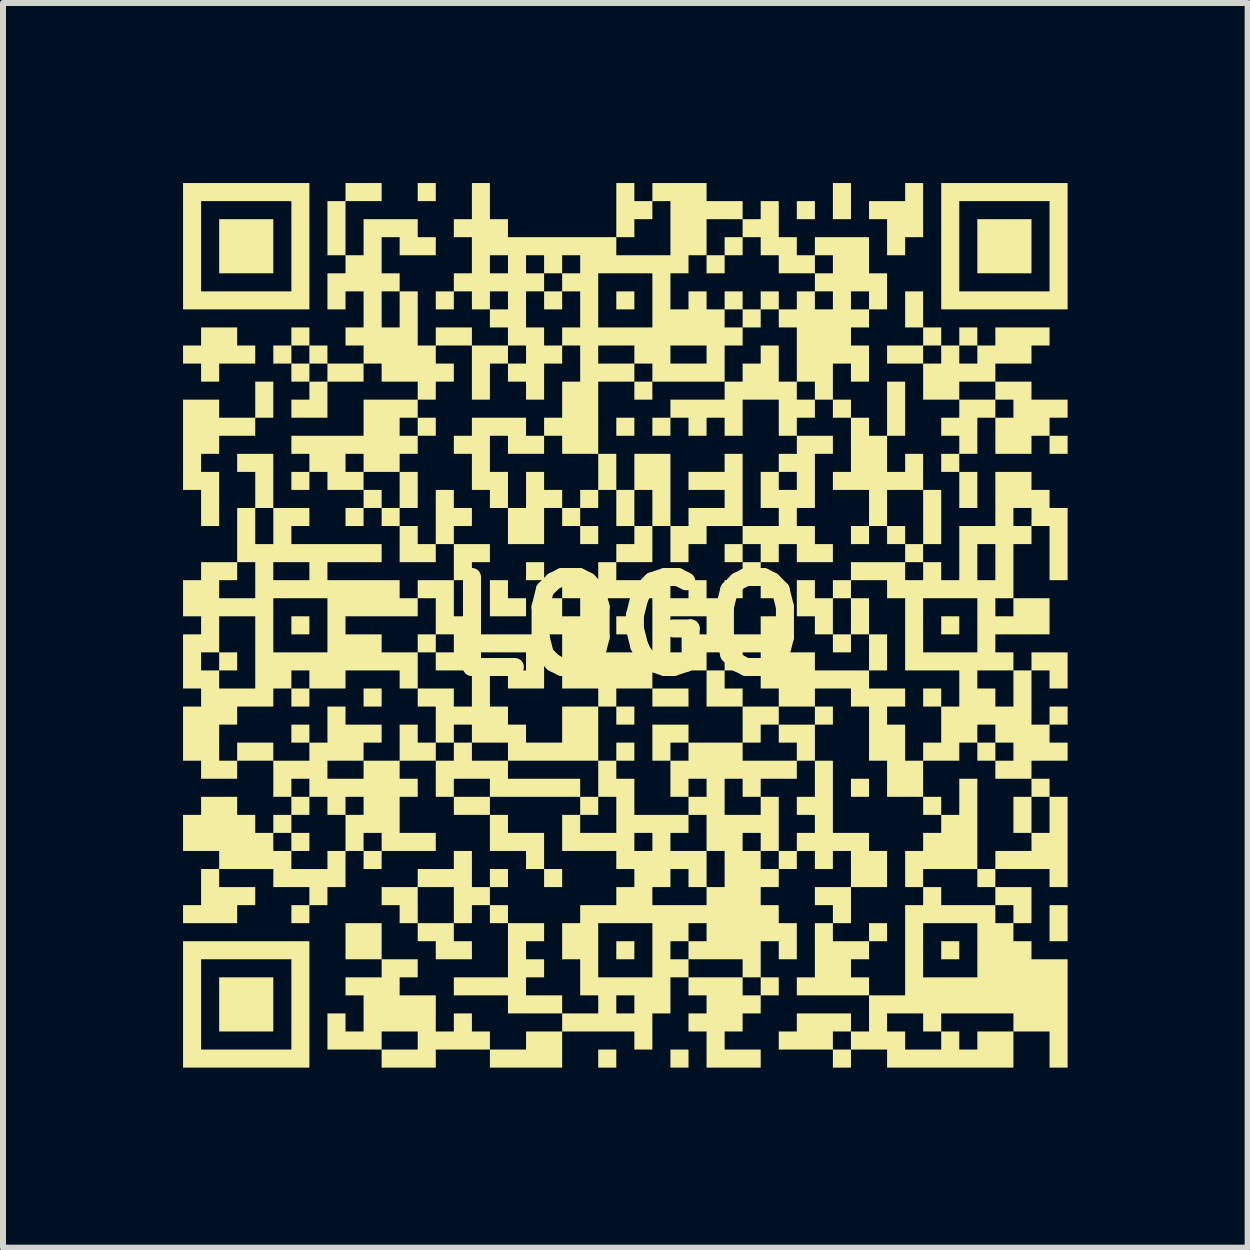
<source format=kicad_pcb>
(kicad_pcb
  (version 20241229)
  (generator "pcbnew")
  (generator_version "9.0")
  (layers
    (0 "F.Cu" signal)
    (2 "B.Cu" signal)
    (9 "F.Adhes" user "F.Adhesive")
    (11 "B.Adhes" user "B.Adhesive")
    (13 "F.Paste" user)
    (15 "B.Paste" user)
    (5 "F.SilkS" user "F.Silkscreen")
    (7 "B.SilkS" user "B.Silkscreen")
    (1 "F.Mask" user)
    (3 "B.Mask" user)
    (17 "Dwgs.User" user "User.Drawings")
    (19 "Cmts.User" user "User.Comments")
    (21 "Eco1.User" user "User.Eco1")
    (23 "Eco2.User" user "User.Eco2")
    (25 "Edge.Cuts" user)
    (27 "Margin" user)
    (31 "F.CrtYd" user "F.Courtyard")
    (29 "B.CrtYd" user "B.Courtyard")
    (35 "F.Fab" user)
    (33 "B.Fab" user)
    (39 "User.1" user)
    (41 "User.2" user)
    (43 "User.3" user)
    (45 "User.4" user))
  (footprint "LOGO"
    (layer "F.Cu")
    (at 7.386 7.386)
    (property "Reference" "LOGO" (at 0 0 0) (layer "F.SilkS") (effects (font (size 1.5 1.5) (thickness 0.3))))
    (attr board_only exclude_from_pos_files exclude_from_bom)
    (fp_poly (pts (xy -6.484 0.585) (xy -6.484 0.735) (xy -6.634 0.735) (xy -6.784 0.735) (xy -6.784 0.585) (xy -6.784 0.434) (xy -6.634 0.434) (xy -6.484 0.434)) (stroke (width 0) (type solid)) (fill yes) (layer "F.SilkS"))
    (fp_poly (pts (xy -5.882 -6.333) (xy -5.882 -5.882) (xy -6.333 -5.882) (xy -6.784 -5.882) (xy -6.784 -6.333) (xy -6.784 -6.784) (xy -6.333 -6.784) (xy -5.882 -6.784)) (stroke (width 0) (type solid)) (fill yes) (layer "F.SilkS"))
    (fp_poly (pts (xy -5.882 6.3) (xy -5.882 6.751) (xy -6.333 6.751) (xy -6.784 6.751) (xy -6.784 6.3) (xy -6.784 5.849) (xy -6.333 5.849) (xy -5.882 5.849)) (stroke (width 0) (type solid)) (fill yes) (layer "F.SilkS"))
    (fp_poly (pts (xy -5.281 -0.017) (xy -5.281 0.134) (xy -5.431 0.134) (xy -5.581 0.134) (xy -5.581 -0.017) (xy -5.581 -0.167) (xy -5.431 -0.167) (xy -5.281 -0.167)) (stroke (width 0) (type solid)) (fill yes) (layer "F.SilkS"))
    (fp_poly (pts (xy -5.281 1.186) (xy -5.281 1.337) (xy -5.431 1.337) (xy -5.581 1.337) (xy -5.581 1.186) (xy -5.581 1.036) (xy -5.431 1.036) (xy -5.281 1.036)) (stroke (width 0) (type solid)) (fill yes) (layer "F.SilkS"))
    (fp_poly (pts (xy -5.281 1.788) (xy -5.281 1.938) (xy -5.431 1.938) (xy -5.581 1.938) (xy -5.581 1.788) (xy -5.581 1.638) (xy -5.431 1.638) (xy -5.281 1.638)) (stroke (width 0) (type solid)) (fill yes) (layer "F.SilkS"))
    (fp_poly (pts (xy -5.281 3.593) (xy -5.281 3.743) (xy -5.431 3.743) (xy -5.581 3.743) (xy -5.581 3.593) (xy -5.581 3.442) (xy -5.431 3.442) (xy -5.281 3.442)) (stroke (width 0) (type solid)) (fill yes) (layer "F.SilkS"))
    (fp_poly (pts (xy -4.077 1.186) (xy -4.077 1.337) (xy -4.228 1.337) (xy -4.378 1.337) (xy -4.378 1.186) (xy -4.378 1.036) (xy -4.228 1.036) (xy -4.077 1.036)) (stroke (width 0) (type solid)) (fill yes) (layer "F.SilkS"))
    (fp_poly (pts (xy -4.077 5.247) (xy -4.077 5.548) (xy -4.378 5.548) (xy -4.679 5.548) (xy -4.679 5.247) (xy -4.679 4.946) (xy -4.378 4.946) (xy -4.077 4.946)) (stroke (width 0) (type solid)) (fill yes) (layer "F.SilkS"))
    (fp_poly (pts (xy -3.777 -1.821) (xy -3.777 -1.671) (xy -3.927 -1.671) (xy -4.077 -1.671) (xy -4.077 -1.821) (xy -4.077 -1.972) (xy -3.927 -1.972) (xy -3.777 -1.972)) (stroke (width 0) (type solid)) (fill yes) (layer "F.SilkS"))
    (fp_poly (pts (xy -3.476 -2.273) (xy -3.476 -1.972) (xy -3.626 -1.972) (xy -3.777 -1.972) (xy -3.777 -2.273) (xy -3.777 -2.573) (xy -3.626 -2.573) (xy -3.476 -2.573)) (stroke (width 0) (type solid)) (fill yes) (layer "F.SilkS"))
    (fp_poly (pts (xy -3.175 -7.236) (xy -3.175 -7.085) (xy -3.325 -7.085) (xy -3.476 -7.085) (xy -3.476 -7.236) (xy -3.476 -7.386) (xy -3.325 -7.386) (xy -3.175 -7.386)) (stroke (width 0) (type solid)) (fill yes) (layer "F.SilkS"))
    (fp_poly (pts (xy -3.175 -3.325) (xy -3.175 -3.175) (xy -3.325 -3.175) (xy -3.476 -3.175) (xy -3.476 -3.325) (xy -3.476 -3.476) (xy -3.325 -3.476) (xy -3.175 -3.476)) (stroke (width 0) (type solid)) (fill yes) (layer "F.SilkS"))
    (fp_poly (pts (xy -3.175 0.284) (xy -3.175 0.434) (xy -3.325 0.434) (xy -3.476 0.434) (xy -3.476 0.284) (xy -3.476 0.134) (xy -3.325 0.134) (xy -3.175 0.134)) (stroke (width 0) (type solid)) (fill yes) (layer "F.SilkS"))
    (fp_poly (pts (xy -1.972 4.796) (xy -1.972 4.946) (xy -2.122 4.946) (xy -2.273 4.946) (xy -2.273 4.796) (xy -2.273 4.646) (xy -2.122 4.646) (xy -1.972 4.646)) (stroke (width 0) (type solid)) (fill yes) (layer "F.SilkS"))
    (fp_poly (pts (xy -1.37 -0.919) (xy -1.37 -0.769) (xy -1.521 -0.769) (xy -1.671 -0.769) (xy -1.671 -0.919) (xy -1.671 -1.069) (xy -1.521 -1.069) (xy -1.37 -1.069)) (stroke (width 0) (type solid)) (fill yes) (layer "F.SilkS"))
    (fp_poly (pts (xy -1.069 -5.431) (xy -1.069 -5.281) (xy -1.22 -5.281) (xy -1.37 -5.281) (xy -1.37 -5.431) (xy -1.37 -5.581) (xy -1.22 -5.581) (xy -1.069 -5.581)) (stroke (width 0) (type solid)) (fill yes) (layer "F.SilkS"))
    (fp_poly (pts (xy -1.069 4.194) (xy -1.069 4.345) (xy -1.22 4.345) (xy -1.37 4.345) (xy -1.37 4.194) (xy -1.37 4.044) (xy -1.22 4.044) (xy -1.069 4.044)) (stroke (width 0) (type solid)) (fill yes) (layer "F.SilkS"))
    (fp_poly (pts (xy -0.468 -1.521) (xy -0.468 -1.37) (xy -0.618 -1.37) (xy -0.769 -1.37) (xy -0.769 -1.521) (xy -0.769 -1.671) (xy -0.618 -1.671) (xy -0.468 -1.671)) (stroke (width 0) (type solid)) (fill yes) (layer "F.SilkS"))
    (fp_poly (pts (xy -0.167 7.202) (xy -0.167 7.353) (xy -0.318 7.353) (xy -0.468 7.353) (xy -0.468 7.202) (xy -0.468 7.052) (xy -0.318 7.052) (xy -0.167 7.052)) (stroke (width 0) (type solid)) (fill yes) (layer "F.SilkS"))
    (fp_poly (pts (xy 0.134 -5.431) (xy 0.134 -5.281) (xy -0.017 -5.281) (xy -0.167 -5.281) (xy -0.167 -5.431) (xy -0.167 -5.581) (xy -0.017 -5.581) (xy 0.134 -5.581)) (stroke (width 0) (type solid)) (fill yes) (layer "F.SilkS"))
    (fp_poly (pts (xy 0.134 -3.325) (xy 0.134 -3.175) (xy -0.017 -3.175) (xy -0.167 -3.175) (xy -0.167 -3.325) (xy -0.167 -3.476) (xy -0.017 -3.476) (xy 0.134 -3.476)) (stroke (width 0) (type solid)) (fill yes) (layer "F.SilkS"))
    (fp_poly (pts (xy 0.134 -0.017) (xy 0.134 0.134) (xy -0.017 0.134) (xy -0.167 0.134) (xy -0.167 -0.017) (xy -0.167 -0.167) (xy -0.017 -0.167) (xy 0.134 -0.167)) (stroke (width 0) (type solid)) (fill yes) (layer "F.SilkS"))
    (fp_poly (pts (xy 0.134 1.487) (xy 0.134 1.638) (xy -0.017 1.638) (xy -0.167 1.638) (xy -0.167 1.487) (xy -0.167 1.337) (xy -0.017 1.337) (xy 0.134 1.337)) (stroke (width 0) (type solid)) (fill yes) (layer "F.SilkS"))
    (fp_poly (pts (xy 0.134 2.089) (xy 0.134 2.239) (xy -0.017 2.239) (xy -0.167 2.239) (xy -0.167 2.089) (xy -0.167 1.938) (xy -0.017 1.938) (xy 0.134 1.938)) (stroke (width 0) (type solid)) (fill yes) (layer "F.SilkS"))
    (fp_poly (pts (xy 0.134 5.397) (xy 0.134 5.548) (xy -0.017 5.548) (xy -0.167 5.548) (xy -0.167 5.397) (xy -0.167 5.247) (xy -0.017 5.247) (xy 0.134 5.247)) (stroke (width 0) (type solid)) (fill yes) (layer "F.SilkS"))
    (fp_poly (pts (xy 0.434 -3.927) (xy 0.434 -3.777) (xy 0.284 -3.777) (xy 0.134 -3.777) (xy 0.134 -3.927) (xy 0.134 -4.077) (xy 0.284 -4.077) (xy 0.434 -4.077)) (stroke (width 0) (type solid)) (fill yes) (layer "F.SilkS"))
    (fp_poly (pts (xy 1.036 1.186) (xy 1.036 1.337) (xy 0.735 1.337) (xy 0.434 1.337) (xy 0.434 1.186) (xy 0.434 1.036) (xy 0.735 1.036) (xy 1.036 1.036)) (stroke (width 0) (type solid)) (fill yes) (layer "F.SilkS"))
    (fp_poly (pts (xy 1.036 7.202) (xy 1.036 7.353) (xy 0.886 7.353) (xy 0.735 7.353) (xy 0.735 7.202) (xy 0.735 7.052) (xy 0.886 7.052) (xy 1.036 7.052)) (stroke (width 0) (type solid)) (fill yes) (layer "F.SilkS"))
    (fp_poly (pts (xy 1.938 -1.22) (xy 1.938 -1.069) (xy 1.788 -1.069) (xy 1.638 -1.069) (xy 1.638 -1.22) (xy 1.638 -1.37) (xy 1.788 -1.37) (xy 1.938 -1.37)) (stroke (width 0) (type solid)) (fill yes) (layer "F.SilkS"))
    (fp_poly (pts (xy 2.54 -0.618) (xy 2.54 -0.468) (xy 2.39 -0.468) (xy 2.239 -0.468) (xy 2.239 -0.618) (xy 2.239 -0.769) (xy 2.39 -0.769) (xy 2.54 -0.769)) (stroke (width 0) (type solid)) (fill yes) (layer "F.SilkS"))
    (fp_poly (pts (xy 3.142 -6.935) (xy 3.142 -6.784) (xy 2.991 -6.784) (xy 2.841 -6.784) (xy 2.841 -6.935) (xy 2.841 -7.085) (xy 2.991 -7.085) (xy 3.142 -7.085)) (stroke (width 0) (type solid)) (fill yes) (layer "F.SilkS"))
    (fp_poly (pts (xy 3.743 -7.085) (xy 3.743 -6.784) (xy 3.593 -6.784) (xy 3.442 -6.784) (xy 3.442 -7.085) (xy 3.442 -7.386) (xy 3.593 -7.386) (xy 3.743 -7.386)) (stroke (width 0) (type solid)) (fill yes) (layer "F.SilkS"))
    (fp_poly (pts (xy 3.743 -3.626) (xy 3.743 -3.476) (xy 3.593 -3.476) (xy 3.442 -3.476) (xy 3.442 -3.626) (xy 3.442 -3.777) (xy 3.593 -3.777) (xy 3.743 -3.777)) (stroke (width 0) (type solid)) (fill yes) (layer "F.SilkS"))
    (fp_poly (pts (xy 4.044 -1.521) (xy 4.044 -1.37) (xy 3.894 -1.37) (xy 3.743 -1.37) (xy 3.743 -1.521) (xy 3.743 -1.671) (xy 3.894 -1.671) (xy 4.044 -1.671)) (stroke (width 0) (type solid)) (fill yes) (layer "F.SilkS"))
    (fp_poly (pts (xy 4.044 2.69) (xy 4.044 2.841) (xy 3.894 2.841) (xy 3.743 2.841) (xy 3.743 2.69) (xy 3.743 2.54) (xy 3.894 2.54) (xy 4.044 2.54)) (stroke (width 0) (type solid)) (fill yes) (layer "F.SilkS"))
    (fp_poly (pts (xy 4.345 5.097) (xy 4.345 5.247) (xy 4.194 5.247) (xy 4.044 5.247) (xy 4.044 5.097) (xy 4.044 4.946) (xy 4.194 4.946) (xy 4.345 4.946)) (stroke (width 0) (type solid)) (fill yes) (layer "F.SilkS"))
    (fp_poly (pts (xy 4.646 -1.521) (xy 4.646 -1.37) (xy 4.495 -1.37) (xy 4.345 -1.37) (xy 4.345 -1.521) (xy 4.345 -1.671) (xy 4.495 -1.671) (xy 4.646 -1.671)) (stroke (width 0) (type solid)) (fill yes) (layer "F.SilkS"))
    (fp_poly (pts (xy 4.946 -5.281) (xy 4.946 -4.98) (xy 4.796 -4.98) (xy 4.646 -4.98) (xy 4.646 -5.281) (xy 4.646 -5.581) (xy 4.796 -5.581) (xy 4.946 -5.581)) (stroke (width 0) (type solid)) (fill yes) (layer "F.SilkS"))
    (fp_poly (pts (xy 5.247 1.186) (xy 5.247 1.337) (xy 5.097 1.337) (xy 4.946 1.337) (xy 4.946 1.186) (xy 4.946 1.036) (xy 5.097 1.036) (xy 5.247 1.036)) (stroke (width 0) (type solid)) (fill yes) (layer "F.SilkS"))
    (fp_poly (pts (xy 5.548 -0.017) (xy 5.548 0.134) (xy 5.397 0.134) (xy 5.247 0.134) (xy 5.247 -0.017) (xy 5.247 -0.167) (xy 5.397 -0.167) (xy 5.548 -0.167)) (stroke (width 0) (type solid)) (fill yes) (layer "F.SilkS"))
    (fp_poly (pts (xy 5.548 5.397) (xy 5.548 5.548) (xy 5.397 5.548) (xy 5.247 5.548) (xy 5.247 5.397) (xy 5.247 5.247) (xy 5.397 5.247) (xy 5.548 5.247)) (stroke (width 0) (type solid)) (fill yes) (layer "F.SilkS"))
    (fp_poly (pts (xy 5.849 -2.273) (xy 5.849 -1.972) (xy 5.698 -1.972) (xy 5.548 -1.972) (xy 5.548 -2.273) (xy 5.548 -2.573) (xy 5.698 -2.573) (xy 5.849 -2.573)) (stroke (width 0) (type solid)) (fill yes) (layer "F.SilkS"))
    (fp_poly (pts (xy 6.149 2.089) (xy 6.149 2.239) (xy 5.999 2.239) (xy 5.849 2.239) (xy 5.849 2.089) (xy 5.849 1.938) (xy 5.999 1.938) (xy 6.149 1.938)) (stroke (width 0) (type solid)) (fill yes) (layer "F.SilkS"))
    (fp_poly (pts (xy 6.751 -6.333) (xy 6.751 -5.882) (xy 6.3 -5.882) (xy 5.849 -5.882) (xy 5.849 -6.333) (xy 5.849 -6.784) (xy 6.3 -6.784) (xy 6.751 -6.784)) (stroke (width 0) (type solid)) (fill yes) (layer "F.SilkS"))
    (fp_poly (pts (xy 6.751 3.142) (xy 6.751 3.442) (xy 6.601 3.442) (xy 6.45 3.442) (xy 6.45 3.142) (xy 6.45 2.841) (xy 6.601 2.841) (xy 6.751 2.841)) (stroke (width 0) (type solid)) (fill yes) (layer "F.SilkS"))
    (fp_poly (pts (xy 7.052 2.69) (xy 7.052 2.841) (xy 6.901 2.841) (xy 6.751 2.841) (xy 6.751 2.69) (xy 6.751 2.54) (xy 6.901 2.54) (xy 7.052 2.54)) (stroke (width 0) (type solid)) (fill yes) (layer "F.SilkS"))
    (fp_poly (pts (xy 7.353 -3.025) (xy 7.353 -2.874) (xy 7.202 -2.874) (xy 7.052 -2.874) (xy 7.052 -3.025) (xy 7.052 -3.175) (xy 7.202 -3.175) (xy 7.353 -3.175)) (stroke (width 0) (type solid)) (fill yes) (layer "F.SilkS"))
    (fp_poly (pts (xy 7.353 4.946) (xy 7.353 5.247) (xy 7.202 5.247) (xy 7.052 5.247) (xy 7.052 4.946) (xy 7.052 4.646) (xy 7.202 4.646) (xy 7.353 4.646)) (stroke (width 0) (type solid)) (fill yes) (layer "F.SilkS"))
    (fp_poly (pts (xy -1.972 -0.618) (xy -1.972 -0.468) (xy -1.821 -0.468) (xy -1.671 -0.468) (xy -1.671 -0.318) (xy -1.671 -0.167) (xy -1.972 -0.167) (xy -2.273 -0.167) (xy -2.273 -0.468) (xy -2.273 -0.769) (xy -2.122 -0.769) (xy -1.972 -0.769)) (stroke (width 0) (type solid)) (fill yes) (layer "F.SilkS"))
    (fp_poly (pts (xy 1.036 1.788) (xy 1.036 1.938) (xy 0.886 1.938) (xy 0.735 1.938) (xy 0.735 2.089) (xy 0.735 2.239) (xy 0.585 2.239) (xy 0.434 2.239) (xy 0.434 1.938) (xy 0.434 1.638) (xy 0.735 1.638) (xy 1.036 1.638)) (stroke (width 0) (type solid)) (fill yes) (layer "F.SilkS"))
    (fp_poly (pts (xy -4.077 -2.122) (xy -4.077 -1.972) (xy -4.228 -1.972) (xy -4.378 -1.972) (xy -4.378 -1.821) (xy -4.378 -1.671) (xy -4.529 -1.671) (xy -4.679 -1.671) (xy -4.679 -1.821) (xy -4.679 -1.972) (xy -4.529 -1.972) (xy -4.378 -1.972) (xy -4.378 -2.122) (xy -4.378 -2.273) (xy -4.228 -2.273) (xy -4.077 -2.273)) (stroke (width 0) (type solid)) (fill yes) (layer "F.SilkS"))
    (fp_poly (pts (xy -1.972 3.292) (xy -1.972 3.442) (xy -1.671 3.442) (xy -1.37 3.442) (xy -1.37 3.743) (xy -1.37 4.044) (xy -1.521 4.044) (xy -1.671 4.044) (xy -1.671 3.894) (xy -1.671 3.743) (xy -1.972 3.743) (xy -2.273 3.743) (xy -2.273 3.442) (xy -2.273 3.142) (xy -2.122 3.142) (xy -1.972 3.142)) (stroke (width 0) (type solid)) (fill yes) (layer "F.SilkS"))
    (fp_poly (pts (xy 1.938 -6.333) (xy 1.938 -6.183) (xy 1.788 -6.183) (xy 1.638 -6.183) (xy 1.638 -6.032) (xy 1.638 -5.882) (xy 1.487 -5.882) (xy 1.337 -5.882) (xy 1.337 -6.032) (xy 1.337 -6.183) (xy 1.487 -6.183) (xy 1.638 -6.183) (xy 1.638 -6.333) (xy 1.638 -6.484) (xy 1.788 -6.484) (xy 1.938 -6.484)) (stroke (width 0) (type solid)) (fill yes) (layer "F.SilkS"))
    (fp_poly (pts (xy -5.281 -6.333) (xy -5.281 -5.281) (xy -6.333 -5.281) (xy -7.386 -5.281) (xy -7.386 -6.333) (xy -7.085 -6.333) (xy -7.085 -5.581) (xy -6.333 -5.581) (xy -5.581 -5.581) (xy -5.581 -6.333) (xy -5.581 -7.085) (xy -6.333 -7.085) (xy -7.085 -7.085) (xy -7.085 -6.333) (xy -7.386 -6.333) (xy -7.386 -7.386) (xy -6.333 -7.386) (xy -5.281 -7.386)) (stroke (width 0) (type solid)) (fill yes) (layer "F.SilkS"))
    (fp_poly (pts (xy -5.281 6.3) (xy -5.281 7.353) (xy -6.333 7.353) (xy -7.386 7.353) (xy -7.386 6.3) (xy -7.085 6.3) (xy -7.085 7.052) (xy -6.333 7.052) (xy -5.581 7.052) (xy -5.581 6.3) (xy -5.581 5.548) (xy -6.333 5.548) (xy -7.085 5.548) (xy -7.085 6.3) (xy -7.386 6.3) (xy -7.386 5.247) (xy -6.333 5.247) (xy -5.281 5.247)) (stroke (width 0) (type solid)) (fill yes) (layer "F.SilkS"))
    (fp_poly (pts (xy 7.353 -6.333) (xy 7.353 -5.281) (xy 6.3 -5.281) (xy 5.247 -5.281) (xy 5.247 -6.333) (xy 5.548 -6.333) (xy 5.548 -5.581) (xy 6.3 -5.581) (xy 7.052 -5.581) (xy 7.052 -6.333) (xy 7.052 -7.085) (xy 6.3 -7.085) (xy 5.548 -7.085) (xy 5.548 -6.333) (xy 5.247 -6.333) (xy 5.247 -7.386) (xy 6.3 -7.386) (xy 7.353 -7.386)) (stroke (width 0) (type solid)) (fill yes) (layer "F.SilkS"))
    (fp_poly (pts (xy 4.946 -6.935) (xy 4.946 -6.484) (xy 4.796 -6.484) (xy 4.646 -6.484) (xy 4.646 -6.333) (xy 4.646 -6.183) (xy 4.495 -6.183) (xy 4.345 -6.183) (xy 4.345 -6.484) (xy 4.345 -6.784) (xy 4.194 -6.784) (xy 4.044 -6.784) (xy 4.044 -6.935) (xy 4.044 -7.085) (xy 4.345 -7.085) (xy 4.646 -7.085) (xy 4.646 -7.236) (xy 4.646 -7.386) (xy 4.796 -7.386) (xy 4.946 -7.386)) (stroke (width 0) (type solid)) (fill yes) (layer "F.SilkS"))
    (fp_poly (pts (xy -6.484 -4.829) (xy -6.484 -4.679) (xy -6.333 -4.679) (xy -6.183 -4.679) (xy -6.183 -4.529) (xy -6.183 -4.378) (xy -6.484 -4.378) (xy -6.784 -4.378) (xy -6.784 -4.228) (xy -6.784 -4.077) (xy -6.935 -4.077) (xy -7.085 -4.077) (xy -7.085 -4.228) (xy -7.085 -4.378) (xy -7.236 -4.378) (xy -7.386 -4.378) (xy -7.386 -4.529) (xy -7.386 -4.679) (xy -7.236 -4.679) (xy -7.085 -4.679) (xy -7.085 -4.829) (xy -7.085 -4.98) (xy -6.784 -4.98) (xy -6.484 -4.98)) (stroke (width 0) (type solid)) (fill yes) (layer "F.SilkS"))
    (fp_poly (pts (xy 1.938 -5.431) (xy 1.938 -5.281) (xy 2.089 -5.281) (xy 2.239 -5.281) (xy 2.239 -5.431) (xy 2.239 -5.581) (xy 2.39 -5.581) (xy 2.54 -5.581) (xy 2.54 -5.431) (xy 2.54 -5.281) (xy 2.39 -5.281) (xy 2.239 -5.281) (xy 2.239 -5.13) (xy 2.239 -4.98) (xy 2.089 -4.98) (xy 1.938 -4.98) (xy 1.938 -5.13) (xy 1.938 -5.281) (xy 1.788 -5.281) (xy 1.638 -5.281) (xy 1.638 -5.431) (xy 1.638 -5.581) (xy 1.788 -5.581) (xy 1.938 -5.581)) (stroke (width 0) (type solid)) (fill yes) (layer "F.SilkS"))
    (fp_poly (pts (xy -2.874 -2.122) (xy -2.874 -1.972) (xy -2.724 -1.972) (xy -2.573 -1.972) (xy -2.573 -1.821) (xy -2.573 -1.671) (xy -2.724 -1.671) (xy -2.874 -1.671) (xy -2.874 -1.521) (xy -2.874 -1.37) (xy -3.025 -1.37) (xy -3.175 -1.37) (xy -3.175 -1.22) (xy -3.175 -1.069) (xy -3.476 -1.069) (xy -3.777 -1.069) (xy -3.777 -1.37) (xy -3.777 -1.671) (xy -3.626 -1.671) (xy -3.476 -1.671) (xy -3.476 -1.521) (xy -3.476 -1.37) (xy -3.325 -1.37) (xy -3.175 -1.37) (xy -3.175 -1.821) (xy -3.175 -2.273) (xy -3.025 -2.273) (xy -2.874 -2.273)) (stroke (width 0) (type solid)) (fill yes) (layer "F.SilkS"))
    (fp_poly (pts (xy 7.353 3.593) (xy 7.353 4.345) (xy 7.202 4.345) (xy 7.052 4.345) (xy 7.052 4.194) (xy 7.052 4.044) (xy 6.601 4.044) (xy 6.149 4.044) (xy 6.149 4.194) (xy 6.149 4.345) (xy 5.999 4.345) (xy 5.849 4.345) (xy 5.849 4.194) (xy 5.849 4.044) (xy 5.999 4.044) (xy 6.149 4.044) (xy 6.149 3.894) (xy 6.149 3.743) (xy 6.45 3.743) (xy 6.751 3.743) (xy 6.751 3.593) (xy 6.751 3.442) (xy 6.901 3.442) (xy 7.052 3.442) (xy 7.052 3.142) (xy 7.052 2.841) (xy 7.202 2.841) (xy 7.353 2.841)) (stroke (width 0) (type solid)) (fill yes) (layer "F.SilkS"))
    (fp_poly (pts (xy 5.849 3.292) (xy 5.849 4.044) (xy 5.397 4.044) (xy 4.946 4.044) (xy 4.946 4.194) (xy 4.946 4.345) (xy 4.796 4.345) (xy 4.646 4.345) (xy 4.646 4.044) (xy 4.646 3.743) (xy 4.796 3.743) (xy 4.946 3.743) (xy 4.946 3.593) (xy 4.946 3.442) (xy 5.097 3.442) (xy 5.247 3.442) (xy 5.247 3.292) (xy 5.247 3.142) (xy 5.097 3.142) (xy 4.946 3.142) (xy 4.946 2.991) (xy 4.946 2.841) (xy 5.097 2.841) (xy 5.247 2.841) (xy 5.247 2.991) (xy 5.247 3.142) (xy 5.397 3.142) (xy 5.548 3.142) (xy 5.548 2.841) (xy 5.548 2.54) (xy 5.698 2.54) (xy 5.849 2.54)) (stroke (width 0) (type solid)) (fill yes) (layer "F.SilkS"))
    (fp_poly (pts (xy -5.882 -3.777) (xy -5.882 -3.476) (xy -6.032 -3.476) (xy -6.183 -3.476) (xy -6.183 -3.325) (xy -6.183 -3.175) (xy -6.484 -3.175) (xy -6.784 -3.175) (xy -6.784 -3.025) (xy -6.784 -2.874) (xy -6.935 -2.874) (xy -7.085 -2.874) (xy -7.085 -2.724) (xy -7.085 -2.573) (xy -6.935 -2.573) (xy -6.784 -2.573) (xy -6.784 -2.122) (xy -6.784 -1.671) (xy -6.935 -1.671) (xy -7.085 -1.671) (xy -7.085 -1.972) (xy -7.085 -2.273) (xy -7.236 -2.273) (xy -7.386 -2.273) (xy -7.386 -3.025) (xy -7.386 -3.777) (xy -7.085 -3.777) (xy -6.784 -3.777) (xy -6.784 -3.626) (xy -6.784 -3.476) (xy -6.484 -3.476) (xy -6.183 -3.476) (xy -6.183 -3.777) (xy -6.183 -4.077) (xy -6.032 -4.077) (xy -5.882 -4.077)) (stroke (width 0) (type solid)) (fill yes) (layer "F.SilkS"))
    (fp_poly (pts (xy 3.142 -0.618) (xy 3.142 -0.468) (xy 3.292 -0.468) (xy 3.442 -0.468) (xy 3.442 -0.618) (xy 3.442 -0.769) (xy 3.593 -0.769) (xy 3.743 -0.769) (xy 3.743 -0.618) (xy 3.743 -0.468) (xy 3.593 -0.468) (xy 3.442 -0.468) (xy 3.442 -0.167) (xy 3.442 0.134) (xy 3.593 0.134) (xy 3.743 0.134) (xy 3.743 -0.167) (xy 3.743 -0.468) (xy 3.894 -0.468) (xy 4.044 -0.468) (xy 4.044 -0.167) (xy 4.044 0.134) (xy 3.894 0.134) (xy 3.743 0.134) (xy 3.743 0.284) (xy 3.743 0.434) (xy 3.593 0.434) (xy 3.442 0.434) (xy 3.442 0.284) (xy 3.442 0.134) (xy 3.292 0.134) (xy 3.142 0.134) (xy 3.142 -0.017) (xy 3.142 -0.167) (xy 2.991 -0.167) (xy 2.841 -0.167) (xy 2.841 -0.468) (xy 2.841 -0.769) (xy 2.991 -0.769) (xy 3.142 -0.769)) (stroke (width 0) (type solid)) (fill yes) (layer "F.SilkS"))
    (fp_poly (pts (xy 4.646 -3.626) (xy 4.646 -3.175) (xy 4.495 -3.175) (xy 4.345 -3.175) (xy 4.345 -2.874) (xy 4.345 -2.573) (xy 4.495 -2.573) (xy 4.646 -2.573) (xy 4.646 -2.724) (xy 4.646 -2.874) (xy 4.796 -2.874) (xy 4.946 -2.874) (xy 4.946 -2.573) (xy 4.946 -2.273) (xy 4.646 -2.273) (xy 4.345 -2.273) (xy 4.345 -1.972) (xy 4.345 -1.671) (xy 4.194 -1.671) (xy 4.044 -1.671) (xy 4.044 -1.972) (xy 4.044 -2.273) (xy 3.743 -2.273) (xy 3.442 -2.273) (xy 3.442 -2.423) (xy 3.442 -2.573) (xy 3.593 -2.573) (xy 3.743 -2.573) (xy 3.743 -3.025) (xy 3.743 -3.476) (xy 3.894 -3.476) (xy 4.044 -3.476) (xy 4.044 -3.325) (xy 4.044 -3.175) (xy 4.194 -3.175) (xy 4.345 -3.175) (xy 4.345 -3.626) (xy 4.345 -4.077) (xy 4.495 -4.077) (xy 4.646 -4.077)) (stroke (width 0) (type solid)) (fill yes) (layer "F.SilkS"))
    (fp_poly (pts (xy 2.54 -4.378) (xy 2.54 -4.077) (xy 2.69 -4.077) (xy 2.841 -4.077) (xy 2.841 -3.927) (xy 2.841 -3.777) (xy 2.991 -3.777) (xy 3.142 -3.777) (xy 3.142 -3.626) (xy 3.142 -3.476) (xy 2.991 -3.476) (xy 2.841 -3.476) (xy 2.841 -3.325) (xy 2.841 -3.175) (xy 2.69 -3.175) (xy 2.54 -3.175) (xy 2.54 -3.476) (xy 2.54 -3.777) (xy 2.239 -3.777) (xy 1.938 -3.777) (xy 1.938 -3.476) (xy 1.938 -3.175) (xy 1.788 -3.175) (xy 1.638 -3.175) (xy 1.638 -3.325) (xy 1.638 -3.476) (xy 1.487 -3.476) (xy 1.337 -3.476) (xy 1.337 -3.325) (xy 1.337 -3.175) (xy 1.186 -3.175) (xy 1.036 -3.175) (xy 1.036 -3.325) (xy 1.036 -3.476) (xy 0.886 -3.476) (xy 0.735 -3.476) (xy 0.735 -3.325) (xy 0.735 -3.175) (xy 0.585 -3.175) (xy 0.434 -3.175) (xy 0.434 -3.325) (xy 0.434 -3.476) (xy 0.585 -3.476) (xy 0.735 -3.476) (xy 0.735 -3.626) (xy 0.735 -3.777) (xy 1.186 -3.777) (xy 1.638 -3.777) (xy 1.638 -3.927) (xy 1.638 -4.077) (xy 1.788 -4.077) (xy 1.938 -4.077) (xy 1.938 -4.228) (xy 1.938 -4.378) (xy 2.089 -4.378) (xy 2.239 -4.378) (xy 2.239 -4.529) (xy 2.239 -4.679) (xy 2.39 -4.679) (xy 2.54 -4.679)) (stroke (width 0) (type solid)) (fill yes) (layer "F.SilkS"))
    (fp_poly (pts (xy -2.573 4.044) (xy -2.573 4.345) (xy -2.423 4.345) (xy -2.273 4.345) (xy -2.273 4.194) (xy -2.273 4.044) (xy -2.122 4.044) (xy -1.972 4.044) (xy -1.972 4.194) (xy -1.972 4.345) (xy -2.122 4.345) (xy -2.273 4.345) (xy -2.273 4.495) (xy -2.273 4.646) (xy -2.423 4.646) (xy -2.573 4.646) (xy -2.573 4.796) (xy -2.573 4.946) (xy -2.724 4.946) (xy -2.874 4.946) (xy -2.874 5.097) (xy -2.874 5.247) (xy -2.724 5.247) (xy -2.573 5.247) (xy -2.573 5.397) (xy -2.573 5.548) (xy -2.874 5.548) (xy -3.175 5.548) (xy -3.175 5.397) (xy -3.175 5.247) (xy -3.325 5.247) (xy -3.476 5.247) (xy -3.476 5.097) (xy -3.476 4.946) (xy -3.626 4.946) (xy -3.777 4.946) (xy -3.777 4.796) (xy -3.777 4.646) (xy -3.476 4.646) (xy -3.476 4.946) (xy -3.175 4.946) (xy -2.874 4.946) (xy -2.874 4.646) (xy -2.874 4.345) (xy -3.175 4.345) (xy -3.476 4.345) (xy -3.476 4.646) (xy -3.777 4.646) (xy -3.927 4.646) (xy -4.077 4.646) (xy -4.077 4.495) (xy -4.077 4.345) (xy -3.777 4.345) (xy -3.476 4.345) (xy -3.476 4.194) (xy -3.476 4.044) (xy -3.175 4.044) (xy -2.874 4.044) (xy -2.874 3.894) (xy -2.874 3.743) (xy -2.724 3.743) (xy -2.573 3.743)) (stroke (width 0) (type solid)) (fill yes) (layer "F.SilkS"))
    (fp_poly (pts (xy 5.247 -4.829) (xy 5.247 -4.679) (xy 5.397 -4.679) (xy 5.548 -4.679) (xy 5.548 -4.829) (xy 5.548 -4.98) (xy 5.698 -4.98) (xy 5.849 -4.98) (xy 5.849 -4.829) (xy 5.849 -4.679) (xy 5.999 -4.679) (xy 6.149 -4.679) (xy 6.149 -4.829) (xy 6.149 -4.98) (xy 6.601 -4.98) (xy 7.052 -4.98) (xy 7.052 -4.829) (xy 7.052 -4.679) (xy 6.901 -4.679) (xy 6.751 -4.679) (xy 6.751 -4.529) (xy 6.751 -4.378) (xy 6.45 -4.378) (xy 6.149 -4.378) (xy 6.149 -4.228) (xy 6.149 -4.077) (xy 5.849 -4.077) (xy 5.548 -4.077) (xy 5.548 -3.927) (xy 5.548 -3.777) (xy 5.849 -3.777) (xy 6.149 -3.777) (xy 6.149 -3.927) (xy 6.149 -4.077) (xy 6.45 -4.077) (xy 6.751 -4.077) (xy 6.751 -3.927) (xy 6.751 -3.777) (xy 7.052 -3.777) (xy 7.353 -3.777) (xy 7.353 -3.626) (xy 7.353 -3.476) (xy 7.202 -3.476) (xy 7.052 -3.476) (xy 7.052 -3.325) (xy 7.052 -3.175) (xy 6.901 -3.175) (xy 6.751 -3.175) (xy 6.751 -3.025) (xy 6.751 -2.874) (xy 6.45 -2.874) (xy 6.149 -2.874) (xy 6.149 -3.175) (xy 6.149 -3.476) (xy 5.999 -3.476) (xy 5.849 -3.476) (xy 5.849 -3.175) (xy 5.849 -2.874) (xy 5.698 -2.874) (xy 5.548 -2.874) (xy 5.548 -2.724) (xy 5.548 -2.573) (xy 5.397 -2.573) (xy 5.247 -2.573) (xy 5.247 -2.724) (xy 5.247 -2.874) (xy 5.397 -2.874) (xy 5.548 -2.874) (xy 5.548 -3.025) (xy 5.548 -3.175) (xy 5.397 -3.175) (xy 5.247 -3.175) (xy 5.247 -3.325) (xy 5.247 -3.476) (xy 5.397 -3.476) (xy 5.548 -3.476) (xy 5.548 -3.626) (xy 6.149 -3.626) (xy 6.149 -3.476) (xy 6.3 -3.476) (xy 6.45 -3.476) (xy 6.45 -3.626) (xy 6.45 -3.777) (xy 6.3 -3.777) (xy 6.149 -3.777) (xy 6.149 -3.626) (xy 5.548 -3.626) (xy 5.548 -3.777) (xy 5.247 -3.777) (xy 4.946 -3.777) (xy 4.946 -4.077) (xy 4.946 -4.378) (xy 4.646 -4.378) (xy 4.345 -4.378) (xy 4.345 -4.529) (xy 4.946 -4.529) (xy 4.946 -4.378) (xy 5.097 -4.378) (xy 5.247 -4.378) (xy 5.247 -4.529) (xy 5.548 -4.529) (xy 5.548 -4.378) (xy 5.698 -4.378) (xy 5.849 -4.378) (xy 5.849 -4.529) (xy 5.849 -4.679) (xy 5.698 -4.679) (xy 5.548 -4.679) (xy 5.548 -4.529) (xy 5.247 -4.529) (xy 5.247 -4.679) (xy 5.097 -4.679) (xy 4.946 -4.679) (xy 4.946 -4.529) (xy 4.345 -4.529) (xy 4.345 -4.679) (xy 4.646 -4.679) (xy 4.946 -4.679) (xy 4.946 -4.829) (xy 4.946 -4.98) (xy 5.097 -4.98) (xy 5.247 -4.98)) (stroke (width 0) (type solid)) (fill yes) (layer "F.SilkS"))
    (fp_poly (pts (xy 6.751 -2.423) (xy 6.751 -2.273) (xy 6.901 -2.273) (xy 7.052 -2.273) (xy 7.052 -2.122) (xy 7.052 -1.972) (xy 7.202 -1.972) (xy 7.353 -1.972) (xy 7.353 -1.37) (xy 7.353 -0.769) (xy 7.202 -0.769) (xy 7.052 -0.769) (xy 7.052 -1.22) (xy 7.052 -1.671) (xy 6.901 -1.671) (xy 6.751 -1.671) (xy 6.751 -1.521) (xy 6.751 -1.37) (xy 6.601 -1.37) (xy 6.45 -1.37) (xy 6.45 -0.919) (xy 6.45 -0.468) (xy 6.3 -0.468) (xy 6.149 -0.468) (xy 6.149 -0.318) (xy 6.149 -0.167) (xy 6.3 -0.167) (xy 6.45 -0.167) (xy 6.45 -0.318) (xy 6.45 -0.468) (xy 6.751 -0.468) (xy 7.052 -0.468) (xy 7.052 -0.167) (xy 7.052 0.134) (xy 6.601 0.134) (xy 6.149 0.134) (xy 6.149 0.284) (xy 6.149 0.434) (xy 6.3 0.434) (xy 6.45 0.434) (xy 6.45 0.585) (xy 6.45 0.735) (xy 6.601 0.735) (xy 6.751 0.735) (xy 6.751 0.585) (xy 6.751 0.434) (xy 7.052 0.434) (xy 7.353 0.434) (xy 7.353 0.735) (xy 7.353 1.036) (xy 7.202 1.036) (xy 7.052 1.036) (xy 7.052 0.886) (xy 7.052 0.735) (xy 6.901 0.735) (xy 6.751 0.735) (xy 6.751 1.186) (xy 6.751 1.638) (xy 6.901 1.638) (xy 7.052 1.638) (xy 7.052 1.487) (xy 7.052 1.337) (xy 7.202 1.337) (xy 7.353 1.337) (xy 7.353 1.487) (xy 7.353 1.638) (xy 7.202 1.638) (xy 7.052 1.638) (xy 7.052 1.788) (xy 7.052 1.938) (xy 7.202 1.938) (xy 7.353 1.938) (xy 7.353 2.089) (xy 7.353 2.239) (xy 7.052 2.239) (xy 6.751 2.239) (xy 6.751 2.39) (xy 6.751 2.54) (xy 6.45 2.54) (xy 6.149 2.54) (xy 6.149 2.39) (xy 6.149 2.239) (xy 6.3 2.239) (xy 6.45 2.239) (xy 6.45 2.089) (xy 6.45 1.938) (xy 6.3 1.938) (xy 6.149 1.938) (xy 6.149 1.788) (xy 6.149 1.638) (xy 5.999 1.638) (xy 5.849 1.638) (xy 5.849 1.788) (xy 5.849 1.938) (xy 5.698 1.938) (xy 5.548 1.938) (xy 5.548 2.089) (xy 5.548 2.239) (xy 5.247 2.239) (xy 4.946 2.239) (xy 4.946 2.089) (xy 4.946 1.938) (xy 5.097 1.938) (xy 5.247 1.938) (xy 5.247 1.638) (xy 5.247 1.337) (xy 5.397 1.337) (xy 5.548 1.337) (xy 5.548 1.036) (xy 5.548 0.886) (xy 5.849 0.886) (xy 5.849 1.036) (xy 5.999 1.036) (xy 6.149 1.036) (xy 6.149 1.186) (xy 6.149 1.337) (xy 6.3 1.337) (xy 6.45 1.337) (xy 6.45 1.036) (xy 6.45 0.735) (xy 6.149 0.735) (xy 5.849 0.735) (xy 5.849 0.886) (xy 5.548 0.886) (xy 5.548 0.735) (xy 5.097 0.735) (xy 4.646 0.735) (xy 4.646 0.134) (xy 4.646 -0.017) (xy 4.946 -0.017) (xy 4.946 0.434) (xy 5.397 0.434) (xy 5.849 0.434) (xy 5.849 -0.017) (xy 5.849 -0.468) (xy 5.397 -0.468) (xy 4.946 -0.468) (xy 4.946 -0.017) (xy 4.646 -0.017) (xy 4.646 -0.468) (xy 4.495 -0.468) (xy 4.345 -0.468) (xy 4.345 -0.618) (xy 4.345 -0.769) (xy 4.044 -0.769) (xy 3.743 -0.769) (xy 3.743 -0.919) (xy 3.743 -1.069) (xy 4.194 -1.069) (xy 4.646 -1.069) (xy 4.646 -1.22) (xy 4.646 -1.37) (xy 4.796 -1.37) (xy 4.946 -1.37) (xy 4.946 -1.821) (xy 4.946 -2.273) (xy 5.097 -2.273) (xy 5.247 -2.273) (xy 5.247 -1.821) (xy 5.247 -1.37) (xy 5.097 -1.37) (xy 4.946 -1.37) (xy 4.946 -1.22) (xy 4.946 -1.069) (xy 4.796 -1.069) (xy 4.646 -1.069) (xy 4.646 -0.919) (xy 4.646 -0.769) (xy 4.796 -0.769) (xy 4.946 -0.769) (xy 4.946 -0.919) (xy 4.946 -1.069) (xy 5.097 -1.069) (xy 5.247 -1.069) (xy 5.247 -0.919) (xy 5.247 -0.769) (xy 5.397 -0.769) (xy 5.548 -0.769) (xy 5.548 -1.069) (xy 5.849 -1.069) (xy 5.849 -0.769) (xy 5.999 -0.769) (xy 6.149 -0.769) (xy 6.149 -1.069) (xy 6.149 -1.37) (xy 5.999 -1.37) (xy 5.849 -1.37) (xy 5.849 -1.069) (xy 5.548 -1.069) (xy 5.548 -1.22) (xy 5.548 -1.671) (xy 5.849 -1.671) (xy 6.149 -1.671) (xy 6.149 -1.821) (xy 6.45 -1.821) (xy 6.45 -1.671) (xy 6.601 -1.671) (xy 6.751 -1.671) (xy 6.751 -1.821) (xy 6.751 -1.972) (xy 6.601 -1.972) (xy 6.45 -1.972) (xy 6.45 -1.821) (xy 6.149 -1.821) (xy 6.149 -2.122) (xy 6.149 -2.573) (xy 6.45 -2.573) (xy 6.751 -2.573)) (stroke (width 0) (type solid)) (fill yes) (layer "F.SilkS"))
    (fp_poly (pts (xy -1.671 -3.325) (xy -1.671 -3.175) (xy -1.521 -3.175) (xy -1.37 -3.175) (xy -1.37 -3.025) (xy -1.37 -2.874) (xy -1.671 -2.874) (xy -1.972 -2.874) (xy -1.972 -3.025) (xy -1.972 -3.175) (xy -2.122 -3.175) (xy -2.273 -3.175) (xy -2.273 -2.874) (xy -2.273 -2.573) (xy -2.122 -2.573) (xy -1.972 -2.573) (xy -1.972 -2.273) (xy -1.972 -1.972) (xy -1.821 -1.972) (xy -1.671 -1.972) (xy -1.671 -2.273) (xy -1.671 -2.573) (xy -1.521 -2.573) (xy -1.37 -2.573) (xy -1.37 -2.423) (xy -1.37 -2.273) (xy -1.22 -2.273) (xy -1.069 -2.273) (xy -1.069 -2.122) (xy -1.069 -1.972) (xy -0.919 -1.972) (xy -0.769 -1.972) (xy -0.769 -2.122) (xy -0.769 -2.273) (xy -0.618 -2.273) (xy -0.468 -2.273) (xy -0.468 -2.573) (xy -0.468 -2.874) (xy -0.318 -2.874) (xy -0.167 -2.874) (xy -0.167 -2.573) (xy -0.167 -2.273) (xy -0.017 -2.273) (xy 0.134 -2.273) (xy 0.134 -2.573) (xy 0.134 -2.874) (xy 0.434 -2.874) (xy 0.735 -2.874) (xy 0.735 -2.273) (xy 0.735 -1.671) (xy 0.886 -1.671) (xy 1.036 -1.671) (xy 1.036 -1.821) (xy 1.036 -1.972) (xy 1.337 -1.972) (xy 1.638 -1.972) (xy 1.638 -2.122) (xy 1.638 -2.273) (xy 1.337 -2.273) (xy 1.036 -2.273) (xy 1.036 -2.423) (xy 1.036 -2.573) (xy 1.337 -2.573) (xy 1.638 -2.573) (xy 1.638 -2.724) (xy 1.638 -2.874) (xy 1.788 -2.874) (xy 1.938 -2.874) (xy 1.938 -2.273) (xy 1.938 -1.671) (xy 2.239 -1.671) (xy 2.54 -1.671) (xy 2.54 -1.821) (xy 2.54 -1.972) (xy 2.39 -1.972) (xy 2.239 -1.972) (xy 2.239 -2.273) (xy 2.239 -2.423) (xy 2.54 -2.423) (xy 2.54 -2.273) (xy 2.69 -2.273) (xy 2.841 -2.273) (xy 2.841 -2.423) (xy 2.841 -2.573) (xy 2.69 -2.573) (xy 2.54 -2.573) (xy 2.54 -2.423) (xy 2.239 -2.423) (xy 2.239 -2.573) (xy 2.39 -2.573) (xy 2.54 -2.573) (xy 2.54 -2.724) (xy 2.54 -2.874) (xy 2.69 -2.874) (xy 2.841 -2.874) (xy 2.841 -3.025) (xy 2.841 -3.175) (xy 3.142 -3.175) (xy 3.442 -3.175) (xy 3.442 -3.025) (xy 3.442 -2.874) (xy 3.292 -2.874) (xy 3.142 -2.874) (xy 3.142 -2.423) (xy 3.142 -1.972) (xy 2.991 -1.972) (xy 2.841 -1.972) (xy 2.841 -1.821) (xy 2.841 -1.671) (xy 2.991 -1.671) (xy 3.142 -1.671) (xy 3.142 -1.521) (xy 3.142 -1.37) (xy 3.292 -1.37) (xy 3.442 -1.37) (xy 3.442 -1.22) (xy 3.442 -1.069) (xy 3.142 -1.069) (xy 2.841 -1.069) (xy 2.841 -1.22) (xy 2.841 -1.37) (xy 2.69 -1.37) (xy 2.54 -1.37) (xy 2.54 -1.22) (xy 2.54 -1.069) (xy 2.39 -1.069) (xy 2.239 -1.069) (xy 2.239 -0.919) (xy 2.239 -0.769) (xy 2.089 -0.769) (xy 1.938 -0.769) (xy 1.938 -0.618) (xy 1.938 -0.468) (xy 1.788 -0.468) (xy 1.638 -0.468) (xy 1.638 -0.167) (xy 1.638 0.134) (xy 1.938 0.134) (xy 2.239 0.134) (xy 2.239 -0.017) (xy 2.239 -0.167) (xy 2.39 -0.167) (xy 2.54 -0.167) (xy 2.54 0.134) (xy 2.54 0.434) (xy 2.841 0.434) (xy 3.142 0.434) (xy 3.142 0.585) (xy 3.142 0.735) (xy 3.593 0.735) (xy 4.044 0.735) (xy 4.044 0.434) (xy 4.044 0.134) (xy 4.194 0.134) (xy 4.345 0.134) (xy 4.345 0.434) (xy 4.345 0.735) (xy 4.194 0.735) (xy 4.044 0.735) (xy 4.044 0.886) (xy 4.044 1.036) (xy 4.345 1.036) (xy 4.646 1.036) (xy 4.646 1.186) (xy 4.646 1.337) (xy 4.495 1.337) (xy 4.345 1.337) (xy 4.345 1.487) (xy 4.345 1.638) (xy 4.495 1.638) (xy 4.646 1.638) (xy 4.646 1.938) (xy 4.646 2.239) (xy 4.796 2.239) (xy 4.946 2.239) (xy 4.946 2.54) (xy 4.946 2.841) (xy 4.646 2.841) (xy 4.345 2.841) (xy 4.345 2.54) (xy 4.345 2.239) (xy 4.194 2.239) (xy 4.044 2.239) (xy 4.044 1.788) (xy 4.044 1.337) (xy 3.894 1.337) (xy 3.743 1.337) (xy 3.743 1.186) (xy 3.743 1.036) (xy 3.442 1.036) (xy 3.142 1.036) (xy 3.142 1.186) (xy 3.142 1.337) (xy 2.841 1.337) (xy 2.54 1.337) (xy 2.54 1.487) (xy 2.54 1.638) (xy 2.841 1.638) (xy 3.142 1.638) (xy 3.142 1.487) (xy 3.142 1.337) (xy 3.292 1.337) (xy 3.442 1.337) (xy 3.442 1.487) (xy 3.442 1.638) (xy 3.292 1.638) (xy 3.142 1.638) (xy 3.142 1.938) (xy 3.142 2.239) (xy 2.991 2.239) (xy 2.841 2.239) (xy 2.841 2.089) (xy 2.841 1.938) (xy 2.69 1.938) (xy 2.54 1.938) (xy 2.54 1.788) (xy 2.54 1.638) (xy 2.39 1.638) (xy 2.239 1.638) (xy 2.239 1.788) (xy 2.239 1.938) (xy 2.089 1.938) (xy 1.938 1.938) (xy 1.938 1.638) (xy 1.938 1.337) (xy 1.638 1.337) (xy 1.337 1.337) (xy 1.337 1.036) (xy 1.337 0.735) (xy 1.487 0.735) (xy 1.638 0.735) (xy 1.638 0.886) (xy 1.638 1.036) (xy 1.788 1.036) (xy 1.938 1.036) (xy 1.938 1.186) (xy 1.938 1.337) (xy 2.239 1.337) (xy 2.54 1.337) (xy 2.54 1.186) (xy 2.54 1.036) (xy 2.39 1.036) (xy 2.239 1.036) (xy 2.239 0.735) (xy 2.239 0.434) (xy 2.089 0.434) (xy 1.938 0.434) (xy 1.938 0.585) (xy 1.938 0.735) (xy 1.788 0.735) (xy 1.638 0.735) (xy 1.638 0.585) (xy 1.638 0.434) (xy 1.487 0.434) (xy 1.337 0.434) (xy 1.337 0.585) (xy 1.337 0.735) (xy 0.886 0.735) (xy 0.434 0.735) (xy 0.434 0.886) (xy 0.434 1.036) (xy 0.134 1.036) (xy -0.167 1.036) (xy -0.167 1.186) (xy -0.167 1.337) (xy -0.318 1.337) (xy -0.468 1.337) (xy -0.468 1.788) (xy -0.468 2.239) (xy -1.22 2.239) (xy -1.972 2.239) (xy -1.972 2.089) (xy -1.972 1.938) (xy -2.273 1.938) (xy -2.573 1.938) (xy -2.573 1.788) (xy -2.573 1.638) (xy -2.724 1.638) (xy -2.874 1.638) (xy -2.874 1.788) (xy -2.874 1.938) (xy -3.025 1.938) (xy -3.175 1.938) (xy -3.175 1.638) (xy -3.175 1.337) (xy -3.325 1.337) (xy -3.476 1.337) (xy -3.476 1.186) (xy -3.476 1.036) (xy -3.175 1.036) (xy -2.874 1.036) (xy -2.874 1.186) (xy -2.874 1.337) (xy -2.724 1.337) (xy -2.573 1.337) (xy -2.573 1.036) (xy -2.573 0.735) (xy -2.423 0.735) (xy -2.273 0.735) (xy -2.273 1.036) (xy -2.273 1.337) (xy -2.122 1.337) (xy -1.972 1.337) (xy -1.972 1.487) (xy -1.972 1.638) (xy -1.821 1.638) (xy -1.671 1.638) (xy -1.671 1.788) (xy -1.671 1.938) (xy -1.37 1.938) (xy -1.069 1.938) (xy -1.069 1.638) (xy -1.069 1.337) (xy -0.769 1.337) (xy -0.468 1.337) (xy -0.468 1.186) (xy -0.468 1.036) (xy -0.769 1.036) (xy -1.069 1.036) (xy -1.069 0.585) (xy -1.069 0.134) (xy -1.22 0.134) (xy -1.37 0.134) (xy -1.37 -0.017) (xy -0.468 -0.017) (xy -0.468 0.434) (xy -0.017 0.434) (xy 0.434 0.434) (xy 0.434 0.134) (xy 0.735 0.134) (xy 0.735 0.434) (xy 0.886 0.434) (xy 1.036 0.434) (xy 1.036 0.284) (xy 1.036 0.134) (xy 1.186 0.134) (xy 1.337 0.134) (xy 1.337 -0.017) (xy 1.337 -0.167) (xy 1.036 -0.167) (xy 0.735 -0.167) (xy 0.735 0.134) (xy 0.434 0.134) (xy 0.434 -0.017) (xy 0.434 -0.468) (xy -0.017 -0.468) (xy -0.468 -0.468) (xy -0.468 -0.017) (xy -1.37 -0.017) (xy -1.37 -0.167) (xy -1.37 -0.318) (xy -1.069 -0.318) (xy -1.069 -0.167) (xy -0.919 -0.167) (xy -0.769 -0.167) (xy -0.769 -0.318) (xy -0.769 -0.468) (xy -0.919 -0.468) (xy -1.069 -0.468) (xy -1.069 -0.318) (xy -1.37 -0.318) (xy -1.37 -0.468) (xy -1.22 -0.468) (xy -1.069 -0.468) (xy -1.069 -0.618) (xy -1.069 -0.769) (xy -0.769 -0.769) (xy -0.468 -0.769) (xy -0.468 -0.919) (xy -0.468 -1.069) (xy -0.318 -1.069) (xy -0.167 -1.069) (xy -0.167 -0.919) (xy -0.167 -0.769) (xy 0.284 -0.769) (xy 0.735 -0.769) (xy 0.735 -0.618) (xy 0.735 -0.468) (xy 0.886 -0.468) (xy 1.036 -0.468) (xy 1.036 -0.618) (xy 1.036 -0.769) (xy 1.186 -0.769) (xy 1.337 -0.769) (xy 1.337 -0.618) (xy 1.337 -0.468) (xy 1.487 -0.468) (xy 1.638 -0.468) (xy 1.638 -0.618) (xy 1.638 -0.769) (xy 1.788 -0.769) (xy 1.938 -0.769) (xy 1.938 -0.919) (xy 1.938 -1.069) (xy 2.089 -1.069) (xy 2.239 -1.069) (xy 2.239 -1.22) (xy 2.239 -1.37) (xy 2.089 -1.37) (xy 1.938 -1.37) (xy 1.938 -1.521) (xy 1.938 -1.671) (xy 1.638 -1.671) (xy 1.337 -1.671) (xy 1.337 -1.521) (xy 1.337 -1.37) (xy 1.186 -1.37) (xy 1.036 -1.37) (xy 1.036 -1.22) (xy 1.036 -1.069) (xy 0.886 -1.069) (xy 0.735 -1.069) (xy 0.735 -1.37) (xy 0.735 -1.671) (xy 0.585 -1.671) (xy 0.434 -1.671) (xy 0.434 -1.37) (xy 0.434 -1.069) (xy 0.134 -1.069) (xy -0.167 -1.069) (xy -0.167 -1.22) (xy -0.167 -1.37) (xy -0.017 -1.37) (xy 0.134 -1.37) (xy 0.134 -1.521) (xy 0.134 -1.671) (xy -0.017 -1.671) (xy -0.167 -1.671) (xy -0.167 -1.972) (xy 0.134 -1.972) (xy 0.134 -1.671) (xy 0.284 -1.671) (xy 0.434 -1.671) (xy 0.434 -1.972) (xy 0.434 -2.273) (xy 0.284 -2.273) (xy 0.134 -2.273) (xy 0.134 -1.972) (xy -0.167 -1.972) (xy -0.167 -2.273) (xy -0.318 -2.273) (xy -0.468 -2.273) (xy -0.468 -2.122) (xy -0.468 -1.972) (xy -0.618 -1.972) (xy -0.769 -1.972) (xy -0.769 -1.821) (xy -0.769 -1.671) (xy -0.919 -1.671) (xy -1.069 -1.671) (xy -1.069 -1.821) (xy -1.069 -1.972) (xy -1.22 -1.972) (xy -1.37 -1.972) (xy -1.37 -1.671) (xy -1.37 -1.37) (xy -1.671 -1.37) (xy -1.972 -1.37) (xy -1.972 -1.671) (xy -1.972 -1.972) (xy -2.122 -1.972) (xy -2.273 -1.972) (xy -2.273 -2.122) (xy -2.273 -2.273) (xy -2.423 -2.273) (xy -2.573 -2.273) (xy -2.573 -2.573) (xy -2.573 -2.874) (xy -2.724 -2.874) (xy -2.874 -2.874) (xy -2.874 -3.025) (xy -2.874 -3.175) (xy -2.724 -3.175) (xy -2.573 -3.175) (xy -2.573 -3.325) (xy -2.573 -3.476) (xy -2.122 -3.476) (xy -1.671 -3.476)) (stroke (width 0) (type solid)) (fill yes) (layer "F.SilkS"))
    (fp_poly (pts (xy -4.077 -7.236) (xy -4.077 -7.085) (xy -4.378 -7.085) (xy -4.679 -7.085) (xy -4.679 -6.634) (xy -4.679 -6.183) (xy -4.529 -6.183) (xy -4.378 -6.183) (xy -4.378 -6.484) (xy -4.378 -6.784) (xy -3.927 -6.784) (xy -3.476 -6.784) (xy -3.476 -6.634) (xy -3.476 -6.484) (xy -3.325 -6.484) (xy -3.175 -6.484) (xy -3.175 -6.333) (xy -3.175 -6.183) (xy -3.476 -6.183) (xy -3.777 -6.183) (xy -3.777 -6.333) (xy -3.777 -6.484) (xy -3.927 -6.484) (xy -4.077 -6.484) (xy -4.077 -6.183) (xy -4.077 -5.882) (xy -3.927 -5.882) (xy -3.777 -5.882) (xy -3.777 -5.732) (xy -3.777 -5.581) (xy -3.927 -5.581) (xy -4.077 -5.581) (xy -4.077 -5.281) (xy -4.077 -4.98) (xy -3.927 -4.98) (xy -3.777 -4.98) (xy -3.777 -5.281) (xy -3.777 -5.581) (xy -3.626 -5.581) (xy -3.476 -5.581) (xy -3.476 -5.13) (xy -3.476 -4.679) (xy -3.325 -4.679) (xy -3.175 -4.679) (xy -3.175 -4.829) (xy -3.175 -4.98) (xy -2.874 -4.98) (xy -2.573 -4.98) (xy -2.573 -4.829) (xy -2.573 -4.679) (xy -2.273 -4.679) (xy -1.972 -4.679) (xy -1.972 -4.829) (xy -1.972 -4.98) (xy -2.122 -4.98) (xy -2.273 -4.98) (xy -2.273 -5.13) (xy -2.273 -5.281) (xy -2.423 -5.281) (xy -2.573 -5.281) (xy -2.573 -5.431) (xy -2.273 -5.431) (xy -2.273 -5.281) (xy -2.122 -5.281) (xy -1.972 -5.281) (xy -1.972 -5.431) (xy -1.972 -5.581) (xy -2.122 -5.581) (xy -2.273 -5.581) (xy -2.273 -5.431) (xy -2.573 -5.431) (xy -2.573 -5.581) (xy -2.724 -5.581) (xy -2.874 -5.581) (xy -2.874 -5.431) (xy -2.874 -5.281) (xy -3.025 -5.281) (xy -3.175 -5.281) (xy -3.175 -5.431) (xy -3.175 -5.581) (xy -3.025 -5.581) (xy -2.874 -5.581) (xy -2.874 -5.732) (xy -2.874 -5.882) (xy -2.724 -5.882) (xy -2.573 -5.882) (xy -2.573 -6.032) (xy -2.273 -6.032) (xy -2.273 -5.882) (xy -2.122 -5.882) (xy -1.972 -5.882) (xy -1.972 -6.032) (xy -1.671 -6.032) (xy -1.671 -5.882) (xy -1.521 -5.882) (xy -1.37 -5.882) (xy -1.37 -5.732) (xy -1.37 -5.581) (xy -1.521 -5.581) (xy -1.671 -5.581) (xy -1.671 -5.281) (xy -1.671 -4.98) (xy -1.521 -4.98) (xy -1.37 -4.98) (xy -1.37 -4.829) (xy -1.37 -4.679) (xy -1.22 -4.679) (xy -1.069 -4.679) (xy -1.069 -4.829) (xy -1.069 -4.98) (xy -0.919 -4.98) (xy -0.769 -4.98) (xy -0.769 -5.281) (xy -0.769 -5.431) (xy -0.468 -5.431) (xy -0.468 -4.98) (xy -0.017 -4.98) (xy 0.434 -4.98) (xy 0.434 -5.431) (xy 0.434 -5.882) (xy -0.017 -5.882) (xy -0.468 -5.882) (xy -0.468 -5.431) (xy -0.769 -5.431) (xy -0.769 -5.581) (xy -0.919 -5.581) (xy -1.069 -5.581) (xy -1.069 -5.732) (xy -1.069 -5.882) (xy -0.919 -5.882) (xy -0.769 -5.882) (xy -0.769 -6.032) (xy -0.769 -6.183) (xy -0.919 -6.183) (xy -1.069 -6.183) (xy -1.069 -6.032) (xy -1.069 -5.882) (xy -1.22 -5.882) (xy -1.37 -5.882) (xy -1.37 -6.032) (xy -1.37 -6.183) (xy -1.521 -6.183) (xy -1.671 -6.183) (xy -1.671 -6.032) (xy -1.972 -6.032) (xy -1.972 -6.183) (xy -2.122 -6.183) (xy -2.273 -6.183) (xy -2.273 -6.032) (xy -2.573 -6.032) (xy -2.573 -6.183) (xy -2.573 -6.484) (xy -2.724 -6.484) (xy -2.874 -6.484) (xy -2.874 -6.634) (xy -2.874 -6.784) (xy -2.724 -6.784) (xy -2.573 -6.784) (xy -2.573 -7.085) (xy -2.573 -7.386) (xy -2.423 -7.386) (xy -2.273 -7.386) (xy -2.273 -7.085) (xy -2.273 -6.784) (xy -2.122 -6.784) (xy -1.972 -6.784) (xy -1.972 -6.634) (xy -1.972 -6.484) (xy -1.069 -6.484) (xy -0.167 -6.484) (xy -0.167 -6.333) (xy -0.167 -6.183) (xy 0.284 -6.183) (xy 0.735 -6.183) (xy 0.735 -6.634) (xy 0.735 -7.085) (xy 0.585 -7.085) (xy 0.434 -7.085) (xy 0.434 -6.935) (xy 0.434 -6.784) (xy 0.284 -6.784) (xy 0.134 -6.784) (xy 0.134 -6.634) (xy 0.134 -6.484) (xy -0.017 -6.484) (xy -0.167 -6.484) (xy -0.167 -6.935) (xy -0.167 -7.386) (xy -0.017 -7.386) (xy 0.134 -7.386) (xy 0.134 -7.236) (xy 0.134 -7.085) (xy 0.284 -7.085) (xy 0.434 -7.085) (xy 0.434 -7.236) (xy 0.434 -7.386) (xy 0.886 -7.386) (xy 1.337 -7.386) (xy 1.337 -7.236) (xy 1.337 -7.085) (xy 1.638 -7.085) (xy 1.938 -7.085) (xy 1.938 -6.935) (xy 1.938 -6.784) (xy 2.089 -6.784) (xy 2.239 -6.784) (xy 2.239 -6.935) (xy 2.239 -7.085) (xy 2.39 -7.085) (xy 2.54 -7.085) (xy 2.54 -6.784) (xy 2.54 -6.484) (xy 2.69 -6.484) (xy 2.841 -6.484) (xy 2.841 -6.333) (xy 2.841 -6.183) (xy 2.991 -6.183) (xy 3.142 -6.183) (xy 3.142 -6.333) (xy 3.142 -6.484) (xy 3.593 -6.484) (xy 4.044 -6.484) (xy 4.044 -6.183) (xy 4.044 -5.882) (xy 4.194 -5.882) (xy 4.345 -5.882) (xy 4.345 -5.581) (xy 4.345 -5.281) (xy 4.194 -5.281) (xy 4.044 -5.281) (xy 4.044 -5.13) (xy 4.044 -4.98) (xy 3.894 -4.98) (xy 3.743 -4.98) (xy 3.743 -4.829) (xy 3.743 -4.679) (xy 3.894 -4.679) (xy 4.044 -4.679) (xy 4.044 -4.378) (xy 4.044 -4.077) (xy 3.894 -4.077) (xy 3.743 -4.077) (xy 3.743 -4.228) (xy 3.743 -4.378) (xy 3.593 -4.378) (xy 3.442 -4.378) (xy 3.442 -4.077) (xy 3.442 -3.777) (xy 3.292 -3.777) (xy 3.142 -3.777) (xy 3.142 -3.927) (xy 3.142 -4.077) (xy 2.991 -4.077) (xy 2.841 -4.077) (xy 2.841 -4.529) (xy 2.841 -4.98) (xy 2.69 -4.98) (xy 2.54 -4.98) (xy 2.54 -5.13) (xy 2.54 -5.281) (xy 2.69 -5.281) (xy 2.841 -5.281) (xy 2.841 -5.431) (xy 3.142 -5.431) (xy 3.142 -5.281) (xy 3.292 -5.281) (xy 3.442 -5.281) (xy 3.442 -5.431) (xy 3.743 -5.431) (xy 3.743 -5.281) (xy 3.894 -5.281) (xy 4.044 -5.281) (xy 4.044 -5.431) (xy 4.044 -5.581) (xy 3.894 -5.581) (xy 3.743 -5.581) (xy 3.743 -5.431) (xy 3.442 -5.431) (xy 3.442 -5.581) (xy 3.292 -5.581) (xy 3.142 -5.581) (xy 3.142 -5.431) (xy 2.841 -5.431) (xy 2.841 -5.581) (xy 2.991 -5.581) (xy 3.142 -5.581) (xy 3.142 -5.732) (xy 3.142 -5.882) (xy 3.292 -5.882) (xy 3.442 -5.882) (xy 3.442 -6.032) (xy 3.442 -6.183) (xy 3.292 -6.183) (xy 3.142 -6.183) (xy 3.142 -6.032) (xy 3.142 -5.882) (xy 2.841 -5.882) (xy 2.54 -5.882) (xy 2.54 -6.032) (xy 2.54 -6.183) (xy 2.39 -6.183) (xy 2.239 -6.183) (xy 2.239 -6.333) (xy 2.239 -6.484) (xy 2.089 -6.484) (xy 1.938 -6.484) (xy 1.938 -6.634) (xy 1.938 -6.784) (xy 1.638 -6.784) (xy 1.337 -6.784) (xy 1.337 -6.484) (xy 1.337 -6.183) (xy 1.186 -6.183) (xy 1.036 -6.183) (xy 1.036 -6.032) (xy 1.036 -5.882) (xy 0.886 -5.882) (xy 0.735 -5.882) (xy 0.735 -5.581) (xy 0.735 -5.281) (xy 0.886 -5.281) (xy 1.036 -5.281) (xy 1.036 -5.431) (xy 1.036 -5.581) (xy 1.186 -5.581) (xy 1.337 -5.581) (xy 1.337 -5.431) (xy 1.337 -5.281) (xy 1.487 -5.281) (xy 1.638 -5.281) (xy 1.638 -5.13) (xy 1.638 -4.98) (xy 1.788 -4.98) (xy 1.938 -4.98) (xy 1.938 -4.829) (xy 1.938 -4.679) (xy 1.788 -4.679) (xy 1.638 -4.679) (xy 1.638 -4.378) (xy 1.638 -4.077) (xy 1.036 -4.077) (xy 0.434 -4.077) (xy 0.434 -4.228) (xy 0.434 -4.378) (xy 0.284 -4.378) (xy 0.134 -4.378) (xy 0.134 -4.228) (xy 0.134 -4.077) (xy -0.167 -4.077) (xy -0.468 -4.077) (xy -0.468 -3.476) (xy -0.468 -2.874) (xy -0.769 -2.874) (xy -1.069 -2.874) (xy -1.069 -3.025) (xy -1.069 -3.175) (xy -1.22 -3.175) (xy -1.37 -3.175) (xy -1.37 -3.325) (xy -1.37 -3.476) (xy -1.22 -3.476) (xy -1.069 -3.476) (xy -1.069 -3.777) (xy -1.069 -4.077) (xy -0.919 -4.077) (xy -0.769 -4.077) (xy -0.769 -4.378) (xy -0.769 -4.529) (xy -0.468 -4.529) (xy -0.468 -4.378) (xy -0.167 -4.378) (xy 0.134 -4.378) (xy 0.134 -4.529) (xy 0.735 -4.529) (xy 0.735 -4.378) (xy 1.036 -4.378) (xy 1.337 -4.378) (xy 1.337 -4.529) (xy 1.337 -4.679) (xy 1.036 -4.679) (xy 0.735 -4.679) (xy 0.735 -4.529) (xy 0.134 -4.529) (xy 0.134 -4.679) (xy -0.167 -4.679) (xy -0.468 -4.679) (xy -0.468 -4.529) (xy -0.769 -4.529) (xy -0.769 -4.679) (xy -0.919 -4.679) (xy -1.069 -4.679) (xy -1.069 -4.529) (xy -1.069 -4.378) (xy -1.22 -4.378) (xy -1.37 -4.378) (xy -1.37 -4.077) (xy -1.37 -3.777) (xy -1.521 -3.777) (xy -1.671 -3.777) (xy -1.671 -3.927) (xy -1.671 -4.077) (xy -1.821 -4.077) (xy -1.972 -4.077) (xy -1.972 -4.228) (xy -1.972 -4.378) (xy -1.821 -4.378) (xy -1.671 -4.378) (xy -1.671 -4.529) (xy -1.671 -4.679) (xy -1.821 -4.679) (xy -1.972 -4.679) (xy -1.972 -4.529) (xy -1.972 -4.378) (xy -2.122 -4.378) (xy -2.273 -4.378) (xy -2.273 -4.077) (xy -2.273 -3.777) (xy -2.423 -3.777) (xy -2.573 -3.777) (xy -2.573 -4.228) (xy -2.573 -4.679) (xy -2.874 -4.679) (xy -3.175 -4.679) (xy -3.175 -4.529) (xy -3.175 -4.378) (xy -3.025 -4.378) (xy -2.874 -4.378) (xy -2.874 -4.228) (xy -2.874 -4.077) (xy -3.025 -4.077) (xy -3.175 -4.077) (xy -3.175 -3.927) (xy -3.175 -3.777) (xy -3.325 -3.777) (xy -3.476 -3.777) (xy -3.476 -3.626) (xy -3.476 -3.476) (xy -3.626 -3.476) (xy -3.777 -3.476) (xy -3.777 -3.325) (xy -3.777 -3.175) (xy -3.626 -3.175) (xy -3.476 -3.175) (xy -3.476 -3.025) (xy -3.476 -2.874) (xy -3.626 -2.874) (xy -3.777 -2.874) (xy -3.777 -2.724) (xy -3.777 -2.573) (xy -4.077 -2.573) (xy -4.378 -2.573) (xy -4.378 -2.724) (xy -4.378 -2.874) (xy -4.529 -2.874) (xy -4.679 -2.874) (xy -4.679 -2.724) (xy -4.679 -2.573) (xy -4.529 -2.573) (xy -4.378 -2.573) (xy -4.378 -2.423) (xy -4.378 -2.273) (xy -4.679 -2.273) (xy -4.98 -2.273) (xy -4.98 -2.423) (xy -4.98 -2.573) (xy -5.13 -2.573) (xy -5.281 -2.573) (xy -5.281 -2.423) (xy -5.281 -2.273) (xy -5.431 -2.273) (xy -5.581 -2.273) (xy -5.581 -2.423) (xy -5.581 -2.573) (xy -5.431 -2.573) (xy -5.281 -2.573) (xy -5.281 -2.724) (xy -5.281 -2.874) (xy -5.431 -2.874) (xy -5.581 -2.874) (xy -5.581 -3.025) (xy -5.581 -3.175) (xy -4.98 -3.175) (xy -4.378 -3.175) (xy -4.378 -3.476) (xy -4.378 -3.777) (xy -3.927 -3.777) (xy -3.476 -3.777) (xy -3.476 -3.927) (xy -3.476 -4.077) (xy -3.777 -4.077) (xy -4.077 -4.077) (xy -4.077 -4.228) (xy -4.077 -4.378) (xy -4.228 -4.378) (xy -4.378 -4.378) (xy -4.378 -4.228) (xy -4.378 -4.077) (xy -4.679 -4.077) (xy -4.98 -4.077) (xy -4.98 -3.777) (xy -4.98 -3.476) (xy -5.281 -3.476) (xy -5.581 -3.476) (xy -5.581 -3.626) (xy -5.581 -3.777) (xy -5.431 -3.777) (xy -5.281 -3.777) (xy -5.281 -3.927) (xy -5.281 -4.077) (xy -5.431 -4.077) (xy -5.581 -4.077) (xy -5.581 -4.228) (xy -5.281 -4.228) (xy -5.281 -4.077) (xy -5.13 -4.077) (xy -4.98 -4.077) (xy -4.98 -4.228) (xy -4.98 -4.378) (xy -5.13 -4.378) (xy -5.281 -4.378) (xy -5.281 -4.228) (xy -5.581 -4.228) (xy -5.581 -4.378) (xy -5.732 -4.378) (xy -5.882 -4.378) (xy -5.882 -4.529) (xy -5.882 -4.679) (xy -5.732 -4.679) (xy -5.581 -4.679) (xy -5.581 -4.829) (xy -5.581 -4.98) (xy -5.431 -4.98) (xy -5.281 -4.98) (xy -5.281 -4.829) (xy -5.281 -4.679) (xy -5.431 -4.679) (xy -5.581 -4.679) (xy -5.581 -4.529) (xy -5.581 -4.378) (xy -5.431 -4.378) (xy -5.281 -4.378) (xy -5.281 -4.529) (xy -5.281 -4.679) (xy -5.13 -4.679) (xy -4.98 -4.679) (xy -4.98 -4.529) (xy -4.98 -4.378) (xy -4.679 -4.378) (xy -4.378 -4.378) (xy -4.378 -4.529) (xy -4.378 -4.679) (xy -4.529 -4.679) (xy -4.679 -4.679) (xy -4.679 -4.829) (xy -4.679 -4.98) (xy -4.529 -4.98) (xy -4.378 -4.98) (xy -4.378 -5.281) (xy -4.378 -5.581) (xy -4.529 -5.581) (xy -4.679 -5.581) (xy -4.679 -5.431) (xy -4.679 -5.281) (xy -4.829 -5.281) (xy -4.98 -5.281) (xy -4.98 -5.581) (xy -4.98 -5.882) (xy -4.829 -5.882) (xy -4.679 -5.882) (xy -4.679 -6.032) (xy -4.679 -6.183) (xy -4.829 -6.183) (xy -4.98 -6.183) (xy -4.98 -6.634) (xy -4.98 -7.085) (xy -4.829 -7.085) (xy -4.679 -7.085) (xy -4.679 -7.236) (xy -4.679 -7.386) (xy -4.378 -7.386) (xy -4.077 -7.386)) (stroke (width 0) (type solid)) (fill yes) (layer "F.SilkS"))
    (fp_poly (pts (xy -5.882 -2.423) (xy -5.882 -1.972) (xy -6.032 -1.972) (xy -6.183 -1.972) (xy -6.183 -1.671) (xy -6.183 -1.37) (xy -6.032 -1.37) (xy -5.882 -1.37) (xy -5.882 -1.671) (xy -5.882 -1.972) (xy -5.581 -1.972) (xy -5.281 -1.972) (xy -5.281 -1.821) (xy -5.281 -1.671) (xy -5.431 -1.671) (xy -5.581 -1.671) (xy -5.581 -1.521) (xy -5.581 -1.37) (xy -4.829 -1.37) (xy -4.077 -1.37) (xy -4.077 -1.22) (xy -4.077 -1.069) (xy -4.529 -1.069) (xy -4.98 -1.069) (xy -4.98 -0.919) (xy -4.98 -0.769) (xy -4.378 -0.769) (xy -3.777 -0.769) (xy -3.777 -0.618) (xy -3.777 -0.468) (xy -3.626 -0.468) (xy -3.476 -0.468) (xy -3.476 -0.618) (xy -3.476 -0.769) (xy -3.175 -0.769) (xy -2.874 -0.769) (xy -2.874 -1.069) (xy -2.874 -1.37) (xy -2.573 -1.37) (xy -2.273 -1.37) (xy -2.273 -1.22) (xy -2.273 -1.069) (xy -2.423 -1.069) (xy -2.573 -1.069) (xy -2.573 -0.919) (xy -2.573 -0.769) (xy -2.724 -0.769) (xy -2.874 -0.769) (xy -2.874 -0.468) (xy -2.874 -0.167) (xy -2.724 -0.167) (xy -2.573 -0.167) (xy -2.573 -0.017) (xy -2.573 0.134) (xy -1.972 0.134) (xy -1.37 0.134) (xy -1.37 0.585) (xy -1.37 1.036) (xy -1.671 1.036) (xy -1.972 1.036) (xy -1.972 0.886) (xy -1.972 0.735) (xy -1.821 0.735) (xy -1.671 0.735) (xy -1.671 0.585) (xy -1.671 0.434) (xy -2.122 0.434) (xy -2.573 0.434) (xy -2.573 0.585) (xy -2.573 0.735) (xy -2.874 0.735) (xy -3.175 0.735) (xy -3.175 0.585) (xy -3.175 0.434) (xy -3.025 0.434) (xy -2.874 0.434) (xy -2.874 0.284) (xy -2.874 0.134) (xy -3.025 0.134) (xy -3.175 0.134) (xy -3.175 -0.167) (xy -3.175 -0.468) (xy -3.325 -0.468) (xy -3.476 -0.468) (xy -3.476 -0.318) (xy -3.476 -0.167) (xy -4.077 -0.167) (xy -4.679 -0.167) (xy -4.679 -0.017) (xy -4.679 0.134) (xy -4.378 0.134) (xy -4.077 0.134) (xy -4.077 0.284) (xy -4.077 0.434) (xy -3.777 0.434) (xy -3.476 0.434) (xy -3.476 0.735) (xy -3.476 1.036) (xy -3.626 1.036) (xy -3.777 1.036) (xy -3.777 0.886) (xy -3.777 0.735) (xy -4.228 0.735) (xy -4.679 0.735) (xy -4.679 0.886) (xy -4.679 1.036) (xy -4.98 1.036) (xy -5.281 1.036) (xy -5.281 0.886) (xy -5.281 0.735) (xy -5.431 0.735) (xy -5.581 0.735) (xy -5.581 0.886) (xy -5.581 1.036) (xy -5.732 1.036) (xy -5.882 1.036) (xy -5.882 1.186) (xy -5.882 1.337) (xy -6.183 1.337) (xy -6.484 1.337) (xy -6.484 1.487) (xy -6.484 1.638) (xy -6.634 1.638) (xy -6.784 1.638) (xy -6.784 1.938) (xy -6.784 2.239) (xy -6.634 2.239) (xy -6.484 2.239) (xy -6.484 2.089) (xy -6.484 1.938) (xy -6.183 1.938) (xy -5.882 1.938) (xy -5.882 2.089) (xy -5.882 2.239) (xy -5.581 2.239) (xy -5.281 2.239) (xy -5.281 2.089) (xy -5.281 1.938) (xy -5.13 1.938) (xy -4.98 1.938) (xy -4.98 1.638) (xy -4.98 1.337) (xy -4.829 1.337) (xy -4.679 1.337) (xy -4.679 1.487) (xy -4.679 1.638) (xy -4.378 1.638) (xy -4.077 1.638) (xy -4.077 1.788) (xy -4.077 1.938) (xy -4.228 1.938) (xy -4.378 1.938) (xy -4.378 2.089) (xy -4.378 2.239) (xy -4.679 2.239) (xy -4.98 2.239) (xy -4.98 2.39) (xy -4.98 2.54) (xy -4.679 2.54) (xy -4.378 2.54) (xy -4.378 2.39) (xy -4.378 2.239) (xy -4.077 2.239) (xy -3.777 2.239) (xy -3.777 1.938) (xy -3.777 1.638) (xy -3.626 1.638) (xy -3.476 1.638) (xy -3.476 1.788) (xy -3.476 1.938) (xy -3.325 1.938) (xy -3.175 1.938) (xy -3.175 2.089) (xy -3.175 2.239) (xy -3.025 2.239) (xy -2.874 2.239) (xy -2.874 2.089) (xy -2.874 1.938) (xy -2.724 1.938) (xy -2.573 1.938) (xy -2.573 2.089) (xy -2.573 2.239) (xy -2.273 2.239) (xy -1.972 2.239) (xy -1.972 2.39) (xy -1.972 2.54) (xy -1.37 2.54) (xy -0.769 2.54) (xy -0.769 2.69) (xy -0.769 2.841) (xy -0.618 2.841) (xy -0.468 2.841) (xy -0.468 2.54) (xy -0.468 2.239) (xy -0.318 2.239) (xy -0.167 2.239) (xy -0.167 2.39) (xy -0.167 2.54) (xy -0.017 2.54) (xy 0.134 2.54) (xy 0.134 2.841) (xy 0.134 3.142) (xy 0.585 3.142) (xy 1.036 3.142) (xy 1.036 2.991) (xy 1.036 2.841) (xy 1.186 2.841) (xy 1.337 2.841) (xy 1.337 2.69) (xy 1.337 2.54) (xy 1.186 2.54) (xy 1.036 2.54) (xy 1.036 2.69) (xy 1.036 2.841) (xy 0.886 2.841) (xy 0.735 2.841) (xy 0.735 2.54) (xy 0.735 2.239) (xy 0.886 2.239) (xy 1.036 2.239) (xy 1.036 2.089) (xy 1.036 1.938) (xy 1.487 1.938) (xy 1.938 1.938) (xy 1.938 2.089) (xy 1.938 2.239) (xy 2.39 2.239) (xy 2.841 2.239) (xy 2.841 2.39) (xy 2.841 2.54) (xy 2.54 2.54) (xy 2.239 2.54) (xy 2.239 2.69) (xy 2.239 2.841) (xy 2.089 2.841) (xy 1.938 2.841) (xy 1.938 2.69) (xy 1.938 2.54) (xy 1.788 2.54) (xy 1.638 2.54) (xy 1.638 2.841) (xy 1.638 3.142) (xy 1.938 3.142) (xy 2.239 3.142) (xy 2.239 2.991) (xy 2.239 2.841) (xy 2.39 2.841) (xy 2.54 2.841) (xy 2.54 3.292) (xy 2.54 3.743) (xy 2.39 3.743) (xy 2.239 3.743) (xy 2.239 3.593) (xy 2.239 3.442) (xy 2.089 3.442) (xy 1.938 3.442) (xy 1.938 3.593) (xy 1.938 3.743) (xy 2.089 3.743) (xy 2.239 3.743) (xy 2.239 3.894) (xy 2.239 4.044) (xy 2.39 4.044) (xy 2.54 4.044) (xy 2.54 3.894) (xy 2.54 3.743) (xy 2.69 3.743) (xy 2.841 3.743) (xy 2.841 3.593) (xy 2.841 3.442) (xy 2.991 3.442) (xy 3.142 3.442) (xy 3.142 3.292) (xy 3.142 3.142) (xy 2.991 3.142) (xy 2.841 3.142) (xy 2.841 2.991) (xy 2.841 2.841) (xy 2.991 2.841) (xy 3.142 2.841) (xy 3.142 2.54) (xy 3.142 2.239) (xy 3.292 2.239) (xy 3.442 2.239) (xy 3.442 2.841) (xy 3.442 3.442) (xy 3.743 3.442) (xy 4.044 3.442) (xy 4.044 3.593) (xy 4.044 3.743) (xy 4.194 3.743) (xy 4.345 3.743) (xy 4.345 4.044) (xy 4.345 4.345) (xy 4.044 4.345) (xy 3.743 4.345) (xy 3.743 4.646) (xy 3.743 4.946) (xy 3.593 4.946) (xy 3.442 4.946) (xy 3.442 5.097) (xy 3.442 5.247) (xy 3.743 5.247) (xy 4.044 5.247) (xy 4.044 5.397) (xy 4.044 5.548) (xy 3.894 5.548) (xy 3.743 5.548) (xy 3.743 5.698) (xy 3.743 5.849) (xy 3.894 5.849) (xy 4.044 5.849) (xy 4.044 5.999) (xy 4.044 6.149) (xy 4.345 6.149) (xy 4.646 6.149) (xy 4.646 5.397) (xy 4.946 5.397) (xy 4.946 5.849) (xy 5.397 5.849) (xy 5.849 5.849) (xy 5.849 5.397) (xy 5.849 4.946) (xy 5.397 4.946) (xy 4.946 4.946) (xy 4.946 5.397) (xy 4.646 5.397) (xy 4.646 4.796) (xy 6.149 4.796) (xy 6.149 4.946) (xy 6.3 4.946) (xy 6.45 4.946) (xy 6.45 4.796) (xy 6.45 4.646) (xy 6.3 4.646) (xy 6.149 4.646) (xy 6.149 4.796) (xy 4.646 4.796) (xy 4.646 4.646) (xy 4.796 4.646) (xy 4.946 4.646) (xy 4.946 4.495) (xy 4.946 4.345) (xy 5.097 4.345) (xy 5.247 4.345) (xy 5.247 4.495) (xy 5.247 4.646) (xy 5.698 4.646) (xy 6.149 4.646) (xy 6.149 4.495) (xy 6.149 4.345) (xy 6.45 4.345) (xy 6.751 4.345) (xy 6.751 4.646) (xy 6.751 4.946) (xy 6.601 4.946) (xy 6.45 4.946) (xy 6.45 5.097) (xy 6.45 5.247) (xy 6.601 5.247) (xy 6.751 5.247) (xy 6.751 5.397) (xy 6.751 5.548) (xy 7.052 5.548) (xy 7.353 5.548) (xy 7.353 6.45) (xy 7.353 7.353) (xy 7.202 7.353) (xy 7.052 7.353) (xy 7.052 7.052) (xy 7.052 6.751) (xy 6.751 6.751) (xy 6.45 6.751) (xy 6.45 7.052) (xy 6.45 7.353) (xy 5.397 7.353) (xy 4.345 7.353) (xy 4.345 7.202) (xy 4.345 7.052) (xy 4.044 7.052) (xy 3.743 7.052) (xy 3.743 7.202) (xy 3.743 7.353) (xy 3.593 7.353) (xy 3.442 7.353) (xy 3.442 7.202) (xy 3.442 7.052) (xy 2.991 7.052) (xy 2.54 7.052) (xy 2.54 6.901) (xy 3.442 6.901) (xy 3.442 7.052) (xy 3.593 7.052) (xy 3.743 7.052) (xy 3.743 6.901) (xy 3.743 6.751) (xy 3.593 6.751) (xy 3.442 6.751) (xy 3.442 6.901) (xy 2.54 6.901) (xy 2.54 6.751) (xy 2.69 6.751) (xy 2.841 6.751) (xy 2.841 6.601) (xy 2.841 6.45) (xy 3.292 6.45) (xy 3.743 6.45) (xy 3.743 6.601) (xy 3.743 6.751) (xy 3.894 6.751) (xy 4.044 6.751) (xy 4.044 6.601) (xy 4.345 6.601) (xy 4.345 6.751) (xy 4.495 6.751) (xy 4.646 6.751) (xy 4.646 6.901) (xy 4.646 7.052) (xy 4.946 7.052) (xy 5.247 7.052) (xy 5.247 6.901) (xy 5.247 6.751) (xy 5.397 6.751) (xy 5.548 6.751) (xy 5.548 6.901) (xy 5.548 7.052) (xy 5.698 7.052) (xy 5.849 7.052) (xy 5.849 6.901) (xy 5.849 6.751) (xy 6.149 6.751) (xy 6.45 6.751) (xy 6.45 6.601) (xy 6.45 6.45) (xy 5.849 6.45) (xy 5.247 6.45) (xy 5.247 6.601) (xy 5.247 6.751) (xy 5.097 6.751) (xy 4.946 6.751) (xy 4.946 6.601) (xy 4.946 6.45) (xy 4.646 6.45) (xy 4.345 6.45) (xy 4.345 6.601) (xy 4.044 6.601) (xy 4.044 6.45) (xy 4.044 6.149) (xy 3.442 6.149) (xy 2.841 6.149) (xy 2.841 5.999) (xy 2.841 5.849) (xy 2.991 5.849) (xy 3.142 5.849) (xy 3.142 5.397) (xy 3.142 4.946) (xy 3.292 4.946) (xy 3.442 4.946) (xy 3.442 4.796) (xy 3.442 4.646) (xy 3.292 4.646) (xy 3.142 4.646) (xy 3.142 4.495) (xy 3.142 4.345) (xy 3.442 4.345) (xy 3.743 4.345) (xy 3.743 4.044) (xy 3.743 3.743) (xy 3.593 3.743) (xy 3.442 3.743) (xy 3.442 3.894) (xy 3.442 4.044) (xy 3.292 4.044) (xy 3.142 4.044) (xy 3.142 3.894) (xy 3.142 3.743) (xy 2.991 3.743) (xy 2.841 3.743) (xy 2.841 3.894) (xy 2.841 4.044) (xy 2.69 4.044) (xy 2.54 4.044) (xy 2.54 4.194) (xy 2.54 4.345) (xy 2.39 4.345) (xy 2.239 4.345) (xy 2.239 4.495) (xy 2.239 4.646) (xy 2.39 4.646) (xy 2.54 4.646) (xy 2.54 4.796) (xy 2.54 4.946) (xy 2.69 4.946) (xy 2.841 4.946) (xy 2.841 5.247) (xy 2.841 5.548) (xy 2.69 5.548) (xy 2.54 5.548) (xy 2.54 5.397) (xy 2.54 5.247) (xy 2.39 5.247) (xy 2.239 5.247) (xy 2.239 5.548) (xy 2.239 5.849) (xy 2.089 5.849) (xy 1.938 5.849) (xy 1.938 5.999) (xy 1.938 6.149) (xy 2.089 6.149) (xy 2.239 6.149) (xy 2.239 5.999) (xy 2.239 5.849) (xy 2.39 5.849) (xy 2.54 5.849) (xy 2.54 5.999) (xy 2.54 6.149) (xy 2.39 6.149) (xy 2.239 6.149) (xy 2.239 6.3) (xy 2.239 6.45) (xy 2.089 6.45) (xy 1.938 6.45) (xy 1.938 6.601) (xy 1.938 6.751) (xy 1.788 6.751) (xy 1.638 6.751) (xy 1.638 6.901) (xy 1.638 7.052) (xy 1.938 7.052) (xy 2.239 7.052) (xy 2.239 7.202) (xy 2.239 7.353) (xy 1.788 7.353) (xy 1.337 7.353) (xy 1.337 7.052) (xy 1.337 6.751) (xy 1.186 6.751) (xy 1.036 6.751) (xy 1.036 6.601) (xy 1.036 6.45) (xy 1.186 6.45) (xy 1.337 6.45) (xy 1.337 6.3) (xy 1.337 6.149) (xy 1.186 6.149) (xy 1.036 6.149) (xy 1.036 5.999) (xy 1.036 5.849) (xy 0.886 5.849) (xy 0.735 5.849) (xy 0.735 6.149) (xy 0.735 6.45) (xy 0.585 6.45) (xy 0.434 6.45) (xy 0.434 6.751) (xy 0.434 7.052) (xy 0.284 7.052) (xy 0.134 7.052) (xy 0.134 6.901) (xy 0.134 6.751) (xy -0.468 6.751) (xy -1.069 6.751) (xy -1.069 7.052) (xy -1.069 7.353) (xy -1.671 7.353) (xy -2.273 7.353) (xy -2.273 7.202) (xy -2.273 7.052) (xy -2.724 7.052) (xy -3.175 7.052) (xy -3.175 7.202) (xy -3.175 7.353) (xy -3.626 7.353) (xy -4.077 7.353) (xy -4.077 7.202) (xy -4.077 7.052) (xy -4.529 7.052) (xy -4.98 7.052) (xy -4.98 6.901) (xy -4.077 6.901) (xy -4.077 7.052) (xy -3.777 7.052) (xy -3.476 7.052) (xy -3.476 6.901) (xy -3.476 6.751) (xy -3.777 6.751) (xy -4.077 6.751) (xy -4.077 6.901) (xy -4.98 6.901) (xy -4.98 6.751) (xy -4.98 6.45) (xy -4.829 6.45) (xy -4.679 6.45) (xy -4.679 6.601) (xy -4.679 6.751) (xy -4.529 6.751) (xy -4.378 6.751) (xy -4.378 6.45) (xy -4.378 6.149) (xy -4.529 6.149) (xy -4.679 6.149) (xy -4.679 5.999) (xy -4.679 5.849) (xy -4.378 5.849) (xy -4.077 5.849) (xy -4.077 5.698) (xy -4.077 5.548) (xy -3.777 5.548) (xy -3.476 5.548) (xy -3.476 5.698) (xy -3.476 5.849) (xy -3.626 5.849) (xy -3.777 5.849) (xy -3.777 5.999) (xy -3.777 6.149) (xy -3.476 6.149) (xy -3.175 6.149) (xy -3.175 6.45) (xy -3.175 6.751) (xy -3.025 6.751) (xy -2.874 6.751) (xy -2.874 6.601) (xy -2.874 6.45) (xy -2.724 6.45) (xy -2.573 6.45) (xy -2.573 6.601) (xy -2.573 6.751) (xy -2.423 6.751) (xy -2.273 6.751) (xy -2.273 6.901) (xy -2.273 7.052) (xy -1.972 7.052) (xy -1.671 7.052) (xy -1.671 6.901) (xy -1.671 6.751) (xy -1.37 6.751) (xy -1.069 6.751) (xy -1.069 6.601) (xy -1.069 6.45) (xy -1.521 6.45) (xy -1.972 6.45) (xy -1.972 6.3) (xy -1.972 6.149) (xy -2.423 6.149) (xy -2.874 6.149) (xy -2.874 5.999) (xy -2.874 5.849) (xy -2.423 5.849) (xy -1.972 5.849) (xy -1.972 5.397) (xy -1.972 4.946) (xy -1.671 4.946) (xy -1.37 4.946) (xy -1.37 5.097) (xy -1.37 5.247) (xy -1.521 5.247) (xy -1.671 5.247) (xy -1.671 5.397) (xy -1.671 5.548) (xy -1.521 5.548) (xy -1.37 5.548) (xy -1.37 5.698) (xy -1.37 5.849) (xy -1.521 5.849) (xy -1.671 5.849) (xy -1.671 5.999) (xy -1.671 6.149) (xy -1.37 6.149) (xy -1.069 6.149) (xy -1.069 6.3) (xy -1.069 6.45) (xy -0.769 6.45) (xy -0.468 6.45) (xy -0.468 6.3) (xy -0.167 6.3) (xy -0.167 6.45) (xy -0.017 6.45) (xy 0.134 6.45) (xy 0.134 6.3) (xy 0.134 6.149) (xy -0.017 6.149) (xy -0.167 6.149) (xy -0.167 6.3) (xy -0.468 6.3) (xy -0.468 6.149) (xy -0.618 6.149) (xy -0.769 6.149) (xy -0.769 5.849) (xy -0.769 5.548) (xy -0.919 5.548) (xy -1.069 5.548) (xy -1.069 5.397) (xy -0.468 5.397) (xy -0.468 5.849) (xy -0.017 5.849) (xy 0.434 5.849) (xy 0.434 5.698) (xy 1.036 5.698) (xy 1.036 5.849) (xy 1.487 5.849) (xy 1.938 5.849) (xy 1.938 5.698) (xy 1.938 5.548) (xy 1.487 5.548) (xy 1.036 5.548) (xy 1.036 5.698) (xy 0.434 5.698) (xy 0.434 5.397) (xy 0.434 5.247) (xy 0.735 5.247) (xy 0.735 5.397) (xy 0.735 5.548) (xy 0.886 5.548) (xy 1.036 5.548) (xy 1.036 5.397) (xy 1.036 5.247) (xy 1.186 5.247) (xy 1.337 5.247) (xy 1.337 5.097) (xy 1.337 4.946) (xy 1.186 4.946) (xy 1.036 4.946) (xy 1.036 5.097) (xy 1.036 5.247) (xy 0.886 5.247) (xy 0.735 5.247) (xy 0.434 5.247) (xy 0.434 4.946) (xy -0.017 4.946) (xy -0.468 4.946) (xy -0.468 5.397) (xy -1.069 5.397) (xy -1.069 5.247) (xy -1.069 4.946) (xy -0.919 4.946) (xy -0.769 4.946) (xy -0.769 4.796) (xy -0.769 4.646) (xy -0.468 4.646) (xy -0.167 4.646) (xy -0.167 4.495) (xy -0.167 4.345) (xy -0.017 4.345) (xy 0.134 4.345) (xy 0.434 4.345) (xy 0.434 4.495) (xy 0.434 4.646) (xy 0.886 4.646) (xy 1.337 4.646) (xy 1.337 4.495) (xy 1.337 4.345) (xy 1.487 4.345) (xy 1.638 4.345) (xy 1.638 4.044) (xy 1.638 3.743) (xy 1.487 3.743) (xy 1.337 3.743) (xy 1.337 4.044) (xy 1.337 4.345) (xy 1.186 4.345) (xy 1.036 4.345) (xy 1.036 4.194) (xy 1.036 4.044) (xy 0.886 4.044) (xy 0.735 4.044) (xy 0.735 4.194) (xy 0.735 4.345) (xy 0.585 4.345) (xy 0.434 4.345) (xy 0.134 4.345) (xy 0.134 4.194) (xy 0.134 4.044) (xy -0.017 4.044) (xy -0.167 4.044) (xy -0.167 3.894) (xy -0.167 3.743) (xy -0.618 3.743) (xy -1.069 3.743) (xy -1.069 3.593) (xy 0.134 3.593) (xy 0.134 3.743) (xy 0.284 3.743) (xy 0.434 3.743) (xy 0.434 3.593) (xy 0.434 3.442) (xy 0.735 3.442) (xy 0.735 3.593) (xy 0.735 3.743) (xy 1.036 3.743) (xy 1.337 3.743) (xy 1.337 3.442) (xy 1.337 3.142) (xy 1.186 3.142) (xy 1.036 3.142) (xy 1.036 3.292) (xy 1.036 3.442) (xy 0.886 3.442) (xy 0.735 3.442) (xy 0.434 3.442) (xy 0.284 3.442) (xy 0.134 3.442) (xy 0.134 3.593) (xy -1.069 3.593) (xy -1.069 3.442) (xy -1.069 3.142) (xy -0.919 3.142) (xy -0.769 3.142) (xy -0.769 3.292) (xy -0.769 3.442) (xy -0.468 3.442) (xy -0.167 3.442) (xy -0.167 3.142) (xy -0.167 2.841) (xy -0.318 2.841) (xy -0.468 2.841) (xy -0.468 2.991) (xy -0.468 3.142) (xy -0.618 3.142) (xy -0.769 3.142) (xy -0.769 2.991) (xy -0.769 2.841) (xy -1.521 2.841) (xy -2.273 2.841) (xy -2.273 2.991) (xy -2.273 3.142) (xy -2.573 3.142) (xy -2.874 3.142) (xy -2.874 2.991) (xy -2.874 2.841) (xy -3.025 2.841) (xy -3.175 2.841) (xy -3.175 2.69) (xy -2.874 2.69) (xy -2.874 2.841) (xy -2.573 2.841) (xy -2.273 2.841) (xy -2.273 2.69) (xy -2.273 2.54) (xy -2.573 2.54) (xy -2.874 2.54) (xy -2.874 2.69) (xy -3.175 2.69) (xy -3.175 2.54) (xy -3.175 2.239) (xy -3.476 2.239) (xy -3.777 2.239) (xy -3.777 2.39) (xy -3.777 2.54) (xy -3.626 2.54) (xy -3.476 2.54) (xy -3.476 2.69) (xy -3.476 2.841) (xy -3.626 2.841) (xy -3.777 2.841) (xy -3.777 3.142) (xy -3.777 3.442) (xy -3.476 3.442) (xy -3.175 3.442) (xy -3.175 3.593) (xy -3.175 3.743) (xy -3.626 3.743) (xy -4.077 3.743) (xy -4.077 3.894) (xy -4.077 4.044) (xy -4.228 4.044) (xy -4.378 4.044) (xy -4.378 3.894) (xy -4.378 3.743) (xy -4.529 3.743) (xy -4.679 3.743) (xy -4.679 4.044) (xy -4.679 4.345) (xy -4.829 4.345) (xy -4.98 4.345) (xy -4.98 4.495) (xy -4.98 4.646) (xy -5.13 4.646) (xy -5.281 4.646) (xy -5.281 4.796) (xy -5.281 4.946) (xy -5.431 4.946) (xy -5.581 4.946) (xy -5.581 4.796) (xy -5.581 4.646) (xy -5.431 4.646) (xy -5.281 4.646) (xy -5.281 4.495) (xy -5.281 4.345) (xy -5.581 4.345) (xy -5.882 4.345) (xy -5.882 4.194) (xy -5.882 4.044) (xy -6.333 4.044) (xy -6.784 4.044) (xy -6.784 4.194) (xy -6.784 4.345) (xy -6.484 4.345) (xy -6.183 4.345) (xy -6.183 4.495) (xy -6.183 4.646) (xy -6.333 4.646) (xy -6.484 4.646) (xy -6.484 4.796) (xy -6.484 4.946) (xy -6.935 4.946) (xy -7.386 4.946) (xy -7.386 4.796) (xy -7.386 4.646) (xy -7.236 4.646) (xy -7.085 4.646) (xy -7.085 4.345) (xy -7.085 4.044) (xy -6.935 4.044) (xy -6.784 4.044) (xy -6.784 3.894) (xy -6.784 3.743) (xy -7.085 3.743) (xy -7.386 3.743) (xy -7.386 3.442) (xy -7.386 3.142) (xy -7.236 3.142) (xy -7.085 3.142) (xy -7.085 2.991) (xy -7.085 2.841) (xy -6.784 2.841) (xy -6.484 2.841) (xy -6.484 2.991) (xy -6.484 3.142) (xy -6.333 3.142) (xy -6.183 3.142) (xy -6.183 3.292) (xy -6.183 3.442) (xy -6.032 3.442) (xy -5.882 3.442) (xy -5.882 3.593) (xy -5.882 3.743) (xy -5.732 3.743) (xy -5.581 3.743) (xy -5.581 3.894) (xy -5.581 4.044) (xy -5.281 4.044) (xy -4.98 4.044) (xy -4.98 3.894) (xy -4.98 3.743) (xy -4.829 3.743) (xy -4.679 3.743) (xy -4.679 3.593) (xy -4.378 3.593) (xy -4.378 3.743) (xy -4.228 3.743) (xy -4.077 3.743) (xy -4.077 3.593) (xy -4.077 3.442) (xy -4.228 3.442) (xy -4.378 3.442) (xy -4.378 3.593) (xy -4.679 3.593) (xy -4.679 3.442) (xy -4.679 3.142) (xy -4.529 3.142) (xy -4.378 3.142) (xy -4.378 2.991) (xy -4.378 2.841) (xy -4.529 2.841) (xy -4.679 2.841) (xy -4.679 2.991) (xy -4.679 3.142) (xy -4.829 3.142) (xy -4.98 3.142) (xy -4.98 2.991) (xy -4.98 2.841) (xy -5.13 2.841) (xy -5.281 2.841) (xy -5.281 2.991) (xy -5.281 3.142) (xy -5.431 3.142) (xy -5.581 3.142) (xy -5.581 3.292) (xy -5.581 3.442) (xy -5.732 3.442) (xy -5.882 3.442) (xy -5.882 3.292) (xy -5.882 3.142) (xy -5.732 3.142) (xy -5.581 3.142) (xy -5.581 2.991) (xy -5.581 2.841) (xy -5.732 2.841) (xy -5.882 2.841) (xy -5.882 2.69) (xy -5.581 2.69) (xy -5.581 2.841) (xy -5.431 2.841) (xy -5.281 2.841) (xy -5.281 2.69) (xy -5.281 2.54) (xy -5.431 2.54) (xy -5.581 2.54) (xy -5.581 2.69) (xy -5.882 2.69) (xy -5.882 2.54) (xy -5.882 2.239) (xy -6.183 2.239) (xy -6.484 2.239) (xy -6.484 2.39) (xy -6.484 2.54) (xy -6.784 2.54) (xy -7.085 2.54) (xy -7.085 2.39) (xy -7.085 2.239) (xy -7.236 2.239) (xy -7.386 2.239) (xy -7.386 1.788) (xy -7.386 1.337) (xy -7.236 1.337) (xy -7.085 1.337) (xy -7.085 1.186) (xy -7.085 1.036) (xy -7.236 1.036) (xy -7.386 1.036) (xy -7.386 0.585) (xy -7.386 0.434) (xy -7.085 0.434) (xy -7.085 0.585) (xy -7.085 0.735) (xy -6.935 0.735) (xy -6.784 0.735) (xy -6.784 0.886) (xy -6.784 1.036) (xy -6.484 1.036) (xy -6.183 1.036) (xy -6.183 0.434) (xy -6.183 -0.017) (xy -5.882 -0.017) (xy -5.882 0.434) (xy -5.431 0.434) (xy -4.98 0.434) (xy -4.98 -0.017) (xy -4.98 -0.468) (xy -5.431 -0.468) (xy -5.882 -0.468) (xy -5.882 -0.017) (xy -6.183 -0.017) (xy -6.183 -0.167) (xy -6.484 -0.167) (xy -6.784 -0.167) (xy -6.784 0.134) (xy -6.784 0.434) (xy -6.935 0.434) (xy -7.085 0.434) (xy -7.386 0.434) (xy -7.386 0.134) (xy -7.236 0.134) (xy -7.085 0.134) (xy -7.085 -0.017) (xy -7.085 -0.167) (xy -7.236 -0.167) (xy -7.386 -0.167) (xy -7.386 -0.468) (xy -7.386 -0.769) (xy -7.236 -0.769) (xy -7.085 -0.769) (xy -6.784 -0.769) (xy -6.784 -0.618) (xy -6.784 -0.468) (xy -6.484 -0.468) (xy -6.183 -0.468) (xy -6.183 -0.769) (xy -6.183 -0.919) (xy -5.882 -0.919) (xy -5.882 -0.769) (xy -5.581 -0.769) (xy -5.281 -0.769) (xy -5.281 -0.919) (xy -5.281 -1.069) (xy -5.581 -1.069) (xy -5.882 -1.069) (xy -5.882 -0.919) (xy -6.183 -0.919) (xy -6.183 -1.069) (xy -6.333 -1.069) (xy -6.484 -1.069) (xy -6.484 -0.919) (xy -6.484 -0.769) (xy -6.634 -0.769) (xy -6.784 -0.769) (xy -7.085 -0.769) (xy -7.085 -0.919) (xy -7.085 -1.069) (xy -6.784 -1.069) (xy -6.484 -1.069) (xy -6.484 -1.521) (xy -6.484 -1.972) (xy -6.333 -1.972) (xy -6.183 -1.972) (xy -6.183 -2.273) (xy -6.183 -2.573) (xy -6.333 -2.573) (xy -6.484 -2.573) (xy -6.484 -2.724) (xy -6.484 -2.874) (xy -6.183 -2.874) (xy -5.882 -2.874)) (stroke (width 0) (type solid)) (fill yes) (layer "F.SilkS")))
  (gr_rect
    (start -3 -3)
    (end 17.739 17.739)
    (stroke (width 0.1) (type default))
    (fill no)
    (layer "Edge.Cuts")))
</source>
